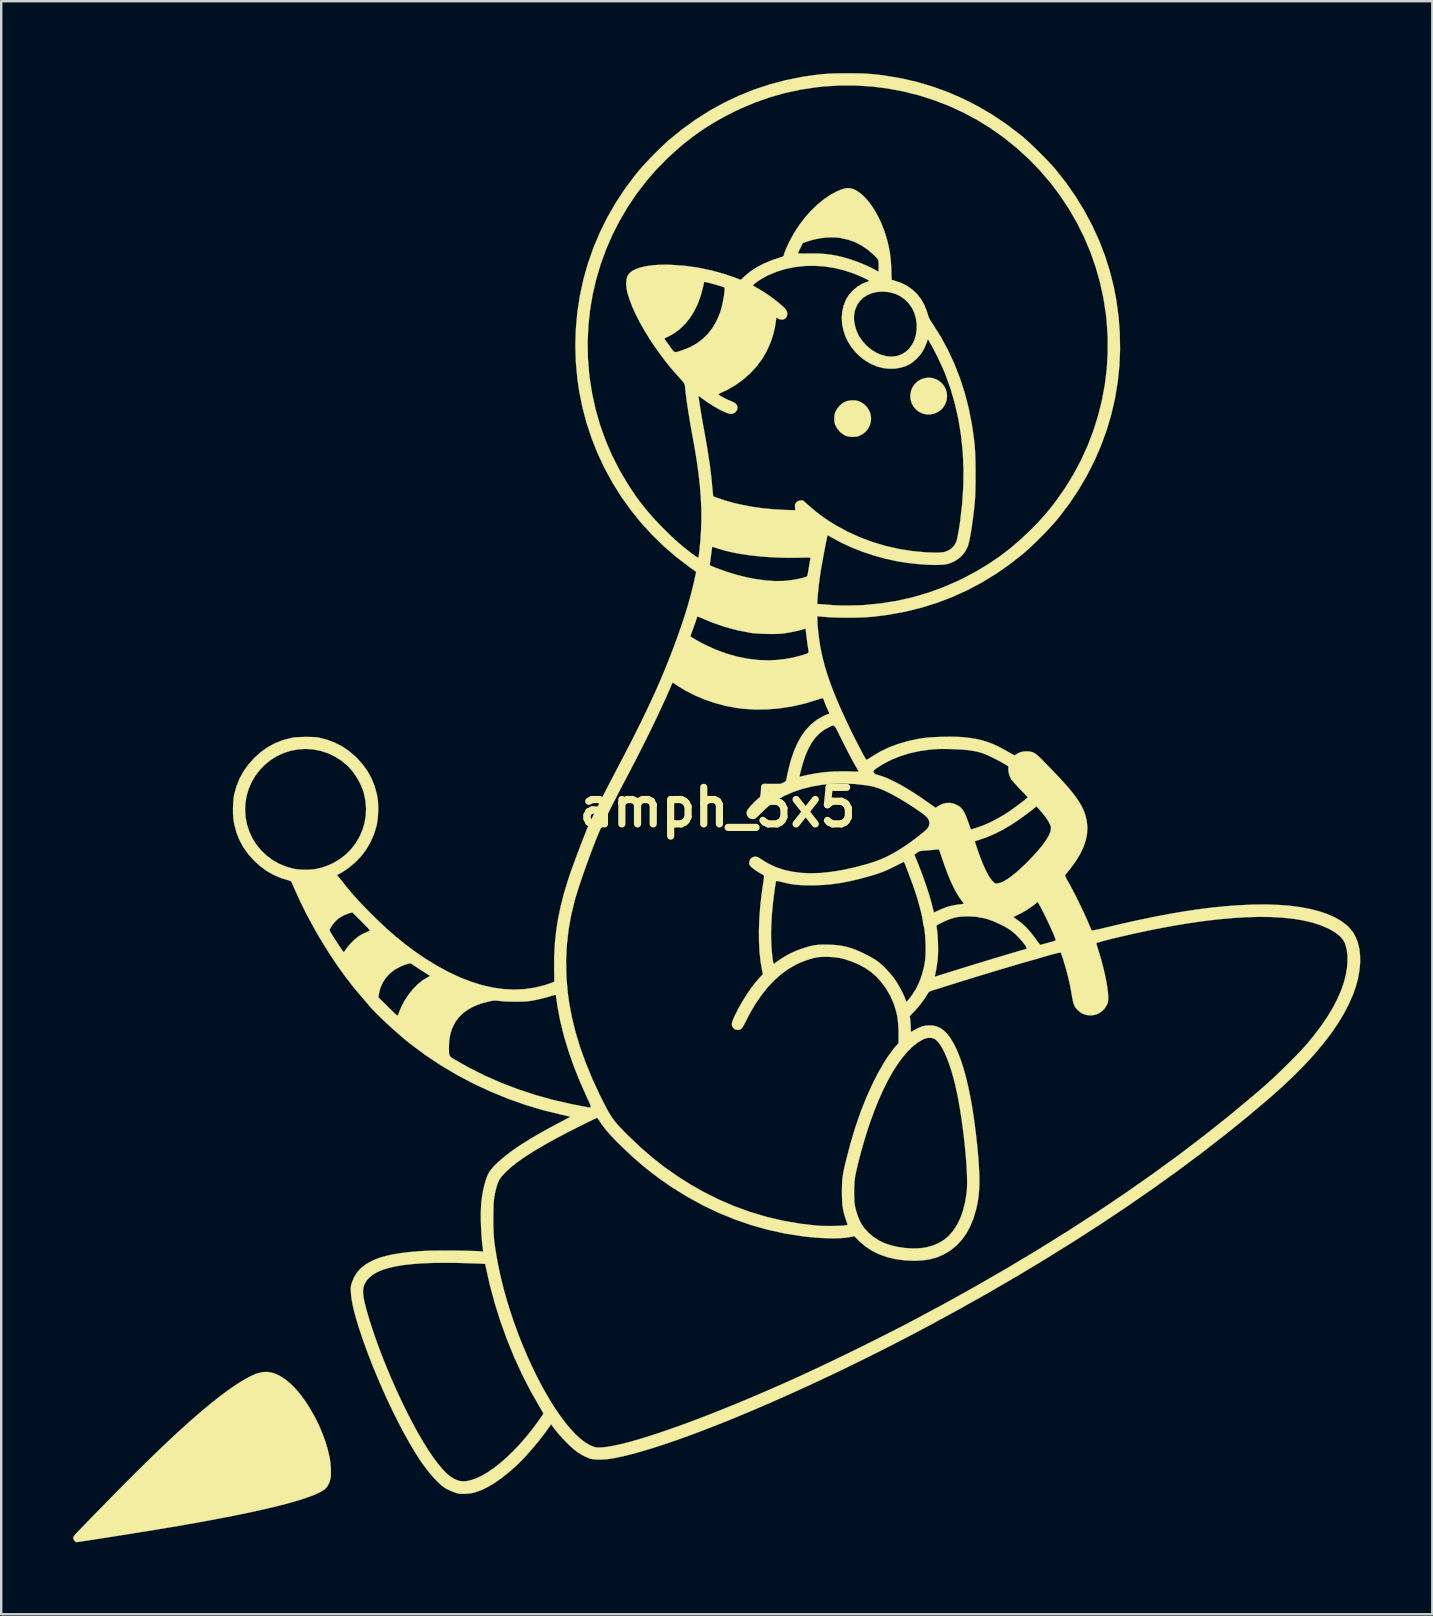
<source format=kicad_pcb>
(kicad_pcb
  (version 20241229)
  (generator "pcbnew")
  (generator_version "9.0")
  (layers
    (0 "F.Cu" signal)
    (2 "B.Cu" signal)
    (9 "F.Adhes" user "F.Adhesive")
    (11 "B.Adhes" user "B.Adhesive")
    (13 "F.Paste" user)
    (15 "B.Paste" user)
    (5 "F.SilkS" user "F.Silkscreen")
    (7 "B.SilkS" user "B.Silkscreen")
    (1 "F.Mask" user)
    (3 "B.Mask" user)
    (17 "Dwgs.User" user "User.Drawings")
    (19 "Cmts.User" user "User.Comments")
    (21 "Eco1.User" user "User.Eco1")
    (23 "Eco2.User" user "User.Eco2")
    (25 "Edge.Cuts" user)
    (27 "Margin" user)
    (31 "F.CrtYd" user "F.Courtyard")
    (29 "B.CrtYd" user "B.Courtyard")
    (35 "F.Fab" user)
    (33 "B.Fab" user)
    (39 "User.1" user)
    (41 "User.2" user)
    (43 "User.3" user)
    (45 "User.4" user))
  (footprint "amph_5x5"
    (layer "F.Cu")
    (at 26.844 30.579)
    (property "Reference" "amph_5x5" (at 0 0 0) (layer "F.SilkS") (effects (font (size 1.524 1.524) (thickness 0.3))))
    (attr through_hole)
    (fp_poly (pts (xy 8.951 -17.88) (xy 9.115 -17.823) (xy 9.151 -17.805) (xy 9.295 -17.706) (xy 9.408 -17.582) (xy 9.489 -17.44) (xy 9.538 -17.286) (xy 9.554 -17.125) (xy 9.536 -16.963) (xy 9.483 -16.806) (xy 9.394 -16.661) (xy 9.33 -16.588) (xy 9.193 -16.48) (xy 9.037 -16.407) (xy 8.869 -16.369) (xy 8.696 -16.369) (xy 8.546 -16.402) (xy 8.387 -16.475) (xy 8.255 -16.578) (xy 8.15 -16.705) (xy 8.075 -16.85) (xy 8.033 -17.009) (xy 8.025 -17.175) (xy 8.054 -17.343) (xy 8.104 -17.471) (xy 8.199 -17.619) (xy 8.32 -17.737) (xy 8.462 -17.825) (xy 8.618 -17.879) (xy 8.783 -17.898) (xy 8.951 -17.88)) (stroke (width 0.01) (type solid)) (fill yes) (layer "F.SilkS"))
    (fp_poly (pts (xy 5.82 -16.934) (xy 5.969 -16.877) (xy 6.105 -16.785) (xy 6.221 -16.665) (xy 6.312 -16.523) (xy 6.358 -16.406) (xy 6.388 -16.235) (xy 6.378 -16.067) (xy 6.333 -15.907) (xy 6.254 -15.76) (xy 6.144 -15.632) (xy 6.008 -15.529) (xy 5.866 -15.463) (xy 5.757 -15.439) (xy 5.628 -15.432) (xy 5.494 -15.44) (xy 5.375 -15.464) (xy 5.339 -15.475) (xy 5.216 -15.542) (xy 5.097 -15.64) (xy 4.994 -15.76) (xy 4.928 -15.869) (xy 4.893 -15.945) (xy 4.872 -16.007) (xy 4.863 -16.074) (xy 4.86 -16.161) (xy 4.86 -16.191) (xy 4.862 -16.292) (xy 4.872 -16.369) (xy 4.891 -16.436) (xy 4.915 -16.493) (xy 4.993 -16.624) (xy 5.096 -16.744) (xy 5.213 -16.841) (xy 5.285 -16.883) (xy 5.411 -16.927) (xy 5.557 -16.95) (xy 5.706 -16.951) (xy 5.82 -16.934)) (stroke (width 0.01) (type solid)) (fill yes) (layer "F.SilkS"))
    (fp_poly (pts (xy -18.563 23.548) (xy -18.364 23.617) (xy -18.16 23.727) (xy -17.978 23.852) (xy -17.767 24.031) (xy -17.556 24.248) (xy -17.35 24.497) (xy -17.15 24.774) (xy -16.96 25.074) (xy -16.782 25.391) (xy -16.618 25.721) (xy -16.473 26.059) (xy -16.347 26.4) (xy -16.244 26.739) (xy -16.167 27.071) (xy -16.15 27.164) (xy -16.127 27.338) (xy -16.113 27.518) (xy -16.109 27.693) (xy -16.115 27.849) (xy -16.129 27.964) (xy -16.172 28.115) (xy -16.238 28.251) (xy -16.323 28.363) (xy -16.382 28.415) (xy -16.518 28.501) (xy -16.696 28.59) (xy -16.917 28.681) (xy -17.179 28.775) (xy -17.484 28.872) (xy -17.831 28.972) (xy -18.22 29.075) (xy -18.652 29.18) (xy -19.126 29.289) (xy -19.642 29.4) (xy -20.2 29.514) (xy -20.8 29.63) (xy -21.443 29.75) (xy -22.128 29.872) (xy -22.855 29.997) (xy -23.333 30.077) (xy -23.493 30.104) (xy -23.677 30.134) (xy -23.88 30.166) (xy -24.098 30.201) (xy -24.328 30.238) (xy -24.566 30.276) (xy -24.809 30.314) (xy -25.052 30.353) (xy -25.292 30.391) (xy -25.525 30.427) (xy -25.748 30.462) (xy -25.956 30.494) (xy -26.147 30.524) (xy -26.316 30.55) (xy -26.459 30.572) (xy -26.574 30.589) (xy -26.655 30.6) (xy -26.701 30.606) (xy -26.708 30.607) (xy -26.74 30.593) (xy -26.783 30.559) (xy -26.787 30.555) (xy -26.832 30.484) (xy -26.839 30.435) (xy -26.835 30.401) (xy -26.818 30.364) (xy -26.785 30.317) (xy -26.73 30.254) (xy -26.654 30.174) (xy -26.179 29.684) (xy -25.731 29.223) (xy -25.308 28.791) (xy -24.908 28.385) (xy -24.53 28.004) (xy -24.172 27.647) (xy -23.832 27.312) (xy -23.509 26.996) (xy -23.201 26.7) (xy -22.906 26.42) (xy -22.623 26.155) (xy -22.35 25.905) (xy -22.085 25.666) (xy -21.828 25.439) (xy -21.575 25.22) (xy -21.399 25.07) (xy -21.072 24.799) (xy -20.758 24.551) (xy -20.459 24.327) (xy -20.176 24.127) (xy -19.912 23.954) (xy -19.668 23.808) (xy -19.447 23.691) (xy -19.25 23.604) (xy -19.15 23.569) (xy -18.953 23.524) (xy -18.758 23.517) (xy -18.563 23.548)) (stroke (width 0.01) (type solid)) (fill yes) (layer "F.SilkS"))
    (fp_poly (pts (xy 5.663 -30.574) (xy 5.875 -30.571) (xy 6.062 -30.566) (xy 6.234 -30.557) (xy 6.4 -30.545) (xy 6.569 -30.529) (xy 6.75 -30.508) (xy 6.951 -30.482) (xy 6.985 -30.477) (xy 7.66 -30.363) (xy 8.325 -30.209) (xy 8.978 -30.014) (xy 9.618 -29.78) (xy 10.244 -29.506) (xy 10.855 -29.194) (xy 11.45 -28.843) (xy 12.028 -28.454) (xy 12.587 -28.028) (xy 12.722 -27.918) (xy 12.841 -27.815) (xy 12.981 -27.688) (xy 13.136 -27.541) (xy 13.3 -27.382) (xy 13.467 -27.216) (xy 13.63 -27.05) (xy 13.784 -26.89) (xy 13.922 -26.742) (xy 14.038 -26.613) (xy 14.088 -26.554) (xy 14.523 -25.999) (xy 14.921 -25.425) (xy 15.282 -24.835) (xy 15.604 -24.228) (xy 15.888 -23.607) (xy 16.133 -22.972) (xy 16.337 -22.325) (xy 16.502 -21.666) (xy 16.603 -21.135) (xy 16.698 -20.439) (xy 16.75 -19.745) (xy 16.761 -19.056) (xy 16.731 -18.372) (xy 16.66 -17.695) (xy 16.548 -17.026) (xy 16.395 -16.365) (xy 16.203 -15.715) (xy 15.971 -15.077) (xy 15.7 -14.451) (xy 15.39 -13.84) (xy 15.042 -13.243) (xy 14.655 -12.663) (xy 14.23 -12.101) (xy 14.096 -11.937) (xy 13.992 -11.816) (xy 13.862 -11.674) (xy 13.712 -11.516) (xy 13.55 -11.349) (xy 13.382 -11.18) (xy 13.214 -11.015) (xy 13.051 -10.859) (xy 12.901 -10.72) (xy 12.77 -10.604) (xy 12.722 -10.563) (xy 12.163 -10.124) (xy 11.59 -9.725) (xy 11.002 -9.366) (xy 10.399 -9.046) (xy 9.779 -8.765) (xy 9.143 -8.522) (xy 8.489 -8.318) (xy 7.818 -8.153) (xy 7.128 -8.025) (xy 6.54 -7.948) (xy 6.31 -7.928) (xy 6.05 -7.913) (xy 5.769 -7.904) (xy 5.477 -7.9) (xy 5.183 -7.902) (xy 4.896 -7.909) (xy 4.628 -7.921) (xy 4.386 -7.939) (xy 4.26 -7.952) (xy 4.149 -7.964) (xy 4.149 -7.838) (xy 4.152 -7.732) (xy 4.161 -7.593) (xy 4.176 -7.433) (xy 4.194 -7.259) (xy 4.215 -7.084) (xy 4.238 -6.914) (xy 4.262 -6.762) (xy 4.264 -6.75) (xy 4.322 -6.447) (xy 4.392 -6.143) (xy 4.475 -5.833) (xy 4.573 -5.516) (xy 4.686 -5.186) (xy 4.817 -4.839) (xy 4.966 -4.473) (xy 5.135 -4.083) (xy 5.326 -3.666) (xy 5.533 -3.229) (xy 5.587 -3.119) (xy 5.652 -2.99) (xy 5.723 -2.849) (xy 5.799 -2.701) (xy 5.876 -2.553) (xy 5.95 -2.41) (xy 6.02 -2.278) (xy 6.082 -2.164) (xy 6.132 -2.072) (xy 6.167 -2.01) (xy 6.178 -1.992) (xy 6.193 -1.984) (xy 6.223 -1.991) (xy 6.271 -2.016) (xy 6.344 -2.061) (xy 6.427 -2.116) (xy 6.763 -2.318) (xy 7.124 -2.492) (xy 7.513 -2.639) (xy 7.932 -2.76) (xy 8.382 -2.856) (xy 8.541 -2.882) (xy 8.678 -2.899) (xy 8.848 -2.914) (xy 9.043 -2.925) (xy 9.253 -2.934) (xy 9.469 -2.939) (xy 9.683 -2.941) (xy 9.884 -2.939) (xy 10.065 -2.933) (xy 10.216 -2.922) (xy 10.219 -2.922) (xy 10.502 -2.891) (xy 10.756 -2.85) (xy 10.992 -2.797) (xy 11.218 -2.73) (xy 11.443 -2.645) (xy 11.675 -2.539) (xy 11.924 -2.409) (xy 12.102 -2.309) (xy 12.361 -2.16) (xy 12.462 -2.223) (xy 12.571 -2.282) (xy 12.681 -2.316) (xy 12.81 -2.33) (xy 12.868 -2.331) (xy 12.972 -2.327) (xy 13.062 -2.312) (xy 13.145 -2.284) (xy 13.227 -2.237) (xy 13.316 -2.169) (xy 13.419 -2.076) (xy 13.526 -1.97) (xy 13.797 -1.693) (xy 14.038 -1.442) (xy 14.252 -1.215) (xy 14.441 -1.009) (xy 14.606 -0.821) (xy 14.749 -0.649) (xy 14.873 -0.491) (xy 14.979 -0.344) (xy 15.068 -0.206) (xy 15.145 -0.074) (xy 15.209 0.054) (xy 15.263 0.18) (xy 15.304 0.294) (xy 15.372 0.558) (xy 15.399 0.824) (xy 15.386 1.094) (xy 15.333 1.368) (xy 15.239 1.648) (xy 15.104 1.933) (xy 14.928 2.225) (xy 14.711 2.525) (xy 14.66 2.589) (xy 14.594 2.671) (xy 14.536 2.742) (xy 14.494 2.795) (xy 14.471 2.823) (xy 14.47 2.824) (xy 14.474 2.852) (xy 14.499 2.913) (xy 14.544 3.003) (xy 14.609 3.12) (xy 14.627 3.153) (xy 14.707 3.298) (xy 14.8 3.472) (xy 14.901 3.668) (xy 15.005 3.877) (xy 15.11 4.091) (xy 15.21 4.301) (xy 15.302 4.498) (xy 15.381 4.675) (xy 15.441 4.815) (xy 15.485 4.92) (xy 15.523 5.011) (xy 15.555 5.081) (xy 15.575 5.122) (xy 15.579 5.13) (xy 15.604 5.13) (xy 15.663 5.121) (xy 15.752 5.104) (xy 15.864 5.08) (xy 15.993 5.051) (xy 16.08 5.03) (xy 16.813 4.855) (xy 17.512 4.699) (xy 18.178 4.561) (xy 18.815 4.44) (xy 19.425 4.336) (xy 20.011 4.248) (xy 20.575 4.177) (xy 21.121 4.122) (xy 21.652 4.082) (xy 22.169 4.056) (xy 22.394 4.05) (xy 22.911 4.048) (xy 23.4 4.066) (xy 23.86 4.103) (xy 24.29 4.16) (xy 24.689 4.236) (xy 25.057 4.331) (xy 25.39 4.444) (xy 25.689 4.575) (xy 25.953 4.725) (xy 26.18 4.892) (xy 26.303 5.006) (xy 26.452 5.187) (xy 26.572 5.397) (xy 26.664 5.632) (xy 26.726 5.89) (xy 26.758 6.168) (xy 26.761 6.464) (xy 26.735 6.775) (xy 26.678 7.097) (xy 26.592 7.429) (xy 26.475 7.768) (xy 26.456 7.816) (xy 26.279 8.217) (xy 26.065 8.624) (xy 25.813 9.036) (xy 25.524 9.454) (xy 25.196 9.878) (xy 24.83 10.31) (xy 24.424 10.75) (xy 23.979 11.199) (xy 23.494 11.656) (xy 22.998 12.097) (xy 22.109 12.85) (xy 21.179 13.603) (xy 20.21 14.356) (xy 19.204 15.108) (xy 18.162 15.856) (xy 17.086 16.602) (xy 15.978 17.342) (xy 14.838 18.077) (xy 13.67 18.804) (xy 12.473 19.524) (xy 11.251 20.235) (xy 10.004 20.935) (xy 8.735 21.624) (xy 8.55 21.723) (xy 7.858 22.086) (xy 7.165 22.444) (xy 6.471 22.794) (xy 5.78 23.136) (xy 5.092 23.47) (xy 4.409 23.794) (xy 3.734 24.109) (xy 3.067 24.412) (xy 2.411 24.704) (xy 1.768 24.984) (xy 1.14 25.251) (xy 0.527 25.504) (xy -0.068 25.742) (xy -0.643 25.965) (xy -1.196 26.172) (xy -1.727 26.362) (xy -2.232 26.535) (xy -2.71 26.69) (xy -3.16 26.825) (xy -3.579 26.941) (xy -3.966 27.036) (xy -4.319 27.11) (xy -4.371 27.119) (xy -4.539 27.144) (xy -4.714 27.16) (xy -4.885 27.167) (xy -5.045 27.166) (xy -5.183 27.155) (xy -5.292 27.135) (xy -5.313 27.129) (xy -5.476 27.064) (xy -5.65 26.976) (xy -5.817 26.874) (xy -5.859 26.845) (xy -5.984 26.747) (xy -6.126 26.621) (xy -6.278 26.474) (xy -6.433 26.313) (xy -6.585 26.146) (xy -6.726 25.979) (xy -6.85 25.819) (xy -6.873 25.787) (xy -6.937 25.698) (xy -7.082 25.903) (xy -7.237 26.115) (xy -7.411 26.338) (xy -7.598 26.567) (xy -7.791 26.793) (xy -7.983 27.008) (xy -8.167 27.204) (xy -8.337 27.374) (xy -8.373 27.408) (xy -8.687 27.688) (xy -8.993 27.932) (xy -9.289 28.14) (xy -9.575 28.309) (xy -9.85 28.441) (xy -10.112 28.534) (xy -10.192 28.555) (xy -10.291 28.573) (xy -10.41 28.586) (xy -10.536 28.593) (xy -10.656 28.595) (xy -10.757 28.589) (xy -10.806 28.582) (xy -10.914 28.551) (xy -11.041 28.504) (xy -11.172 28.448) (xy -11.291 28.39) (xy -11.377 28.339) (xy -11.513 28.236) (xy -11.663 28.098) (xy -11.822 27.931) (xy -11.988 27.74) (xy -12.155 27.528) (xy -12.321 27.3) (xy -12.397 27.189) (xy -12.613 26.852) (xy -12.835 26.478) (xy -13.062 26.072) (xy -13.29 25.64) (xy -13.518 25.184) (xy -13.743 24.712) (xy -13.964 24.226) (xy -14.177 23.732) (xy -14.381 23.234) (xy -14.573 22.738) (xy -14.752 22.248) (xy -14.826 22.035) (xy -14.95 21.659) (xy -15.054 21.318) (xy -15.138 21.012) (xy -15.202 20.739) (xy -15.246 20.498) (xy -15.271 20.287) (xy -15.277 20.204) (xy -15.279 20.127) (xy -14.772 20.127) (xy -14.77 20.247) (xy -14.754 20.388) (xy -14.723 20.553) (xy -14.677 20.747) (xy -14.627 20.937) (xy -14.5 21.373) (xy -14.352 21.831) (xy -14.186 22.306) (xy -14.005 22.791) (xy -13.809 23.282) (xy -13.603 23.774) (xy -13.388 24.261) (xy -13.166 24.738) (xy -12.94 25.201) (xy -12.712 25.643) (xy -12.485 26.06) (xy -12.26 26.446) (xy -12.04 26.797) (xy -12.012 26.839) (xy -11.815 27.125) (xy -11.629 27.371) (xy -11.454 27.577) (xy -11.29 27.745) (xy -11.134 27.874) (xy -10.988 27.967) (xy -10.974 27.974) (xy -10.839 28.032) (xy -10.713 28.065) (xy -10.585 28.075) (xy -10.443 28.061) (xy -10.276 28.024) (xy -10.267 28.022) (xy -10.051 27.948) (xy -9.82 27.839) (xy -9.576 27.696) (xy -9.322 27.521) (xy -9.061 27.316) (xy -8.795 27.084) (xy -8.528 26.828) (xy -8.261 26.548) (xy -7.998 26.248) (xy -7.807 26.014) (xy -7.736 25.922) (xy -7.658 25.819) (xy -7.578 25.71) (xy -7.498 25.601) (xy -7.424 25.498) (xy -7.359 25.405) (xy -7.307 25.329) (xy -7.273 25.276) (xy -7.26 25.251) (xy -7.26 25.25) (xy -7.271 25.227) (xy -7.299 25.173) (xy -7.343 25.096) (xy -7.398 25.002) (xy -7.448 24.919) (xy -7.815 24.271) (xy -8.161 23.591) (xy -8.483 22.885) (xy -8.778 22.159) (xy -9.046 21.417) (xy -9.282 20.665) (xy -9.486 19.909) (xy -9.626 19.293) (xy -9.684 19.018) (xy -9.896 19.005) (xy -9.966 19.001) (xy -10.072 18.997) (xy -10.208 18.993) (xy -10.367 18.988) (xy -10.543 18.984) (xy -10.73 18.979) (xy -10.911 18.975) (xy -11.427 18.971) (xy -11.902 18.977) (xy -12.338 18.995) (xy -12.735 19.025) (xy -13.094 19.066) (xy -13.417 19.12) (xy -13.703 19.185) (xy -13.954 19.263) (xy -14.17 19.354) (xy -14.352 19.457) (xy -14.501 19.574) (xy -14.617 19.703) (xy -14.694 19.829) (xy -14.734 19.923) (xy -14.76 20.02) (xy -14.772 20.127) (xy -15.279 20.127) (xy -15.281 20.092) (xy -15.28 20.009) (xy -15.275 19.943) (xy -15.262 19.882) (xy -15.241 19.812) (xy -15.23 19.78) (xy -15.14 19.564) (xy -15.022 19.375) (xy -14.873 19.208) (xy -14.687 19.058) (xy -14.65 19.033) (xy -14.472 18.927) (xy -14.27 18.833) (xy -14.044 18.75) (xy -13.79 18.679) (xy -13.507 18.617) (xy -13.19 18.566) (xy -12.839 18.524) (xy -12.45 18.491) (xy -12.213 18.476) (xy -12.097 18.471) (xy -11.948 18.467) (xy -11.772 18.465) (xy -11.577 18.463) (xy -11.367 18.462) (xy -11.15 18.463) (xy -10.931 18.464) (xy -10.716 18.467) (xy -10.512 18.47) (xy -10.325 18.474) (xy -10.161 18.479) (xy -10.026 18.484) (xy -9.926 18.491) (xy -9.915 18.492) (xy -9.766 18.505) (xy -9.793 18.296) (xy -9.819 18.05) (xy -9.84 17.785) (xy -9.855 17.51) (xy -9.864 17.235) (xy -9.864 17.124) (xy -9.345 17.124) (xy -9.344 17.352) (xy -9.341 17.547) (xy -9.334 17.72) (xy -9.324 17.882) (xy -9.309 18.041) (xy -9.289 18.209) (xy -9.262 18.395) (xy -9.227 18.609) (xy -9.216 18.68) (xy -9.133 19.13) (xy -9.033 19.586) (xy -8.919 20.046) (xy -8.79 20.507) (xy -8.649 20.967) (xy -8.496 21.424) (xy -8.332 21.876) (xy -8.158 22.32) (xy -7.976 22.755) (xy -7.787 23.178) (xy -7.591 23.588) (xy -7.39 23.981) (xy -7.184 24.357) (xy -6.976 24.712) (xy -6.766 25.045) (xy -6.554 25.353) (xy -6.343 25.634) (xy -6.134 25.887) (xy -5.926 26.109) (xy -5.723 26.298) (xy -5.524 26.451) (xy -5.33 26.567) (xy -5.154 26.64) (xy -5.048 26.662) (xy -4.913 26.667) (xy -4.745 26.656) (xy -4.596 26.637) (xy -4.337 26.592) (xy -4.042 26.528) (xy -3.714 26.445) (xy -3.355 26.345) (xy -2.965 26.227) (xy -2.548 26.093) (xy -2.106 25.943) (xy -1.639 25.779) (xy -1.15 25.6) (xy -0.642 25.407) (xy -0.115 25.202) (xy 0.428 24.984) (xy 0.985 24.756) (xy 1.554 24.516) (xy 2.134 24.266) (xy 2.723 24.008) (xy 3.318 23.74) (xy 3.585 23.618) (xy 4.014 23.419) (xy 4.472 23.204) (xy 4.95 22.974) (xy 5.443 22.736) (xy 5.94 22.492) (xy 6.435 22.247) (xy 6.92 22.003) (xy 7.387 21.766) (xy 7.827 21.539) (xy 8.037 21.429) (xy 9.401 20.7) (xy 10.736 19.958) (xy 12.043 19.204) (xy 13.318 18.44) (xy 14.563 17.666) (xy 15.774 16.883) (xy 16.951 16.091) (xy 18.092 15.292) (xy 19.197 14.487) (xy 20.264 13.675) (xy 21.291 12.859) (xy 22.279 12.038) (xy 22.786 11.601) (xy 22.931 11.472) (xy 23.093 11.323) (xy 23.268 11.158) (xy 23.451 10.982) (xy 23.637 10.8) (xy 23.822 10.617) (xy 24 10.438) (xy 24.167 10.267) (xy 24.319 10.108) (xy 24.449 9.967) (xy 24.554 9.849) (xy 24.577 9.821) (xy 24.887 9.44) (xy 25.16 9.074) (xy 25.4 8.72) (xy 25.608 8.375) (xy 25.787 8.035) (xy 25.939 7.697) (xy 25.983 7.588) (xy 26.086 7.288) (xy 26.162 6.99) (xy 26.213 6.7) (xy 26.236 6.421) (xy 26.233 6.159) (xy 26.202 5.917) (xy 26.143 5.701) (xy 26.117 5.636) (xy 26.036 5.496) (xy 25.913 5.361) (xy 25.749 5.231) (xy 25.543 5.104) (xy 25.411 5.036) (xy 25.104 4.906) (xy 24.761 4.797) (xy 24.382 4.708) (xy 23.969 4.64) (xy 23.521 4.593) (xy 23.04 4.567) (xy 22.526 4.562) (xy 21.98 4.577) (xy 21.403 4.614) (xy 20.795 4.671) (xy 20.156 4.748) (xy 19.489 4.847) (xy 18.792 4.966) (xy 18.068 5.105) (xy 17.378 5.252) (xy 17.143 5.305) (xy 16.916 5.357) (xy 16.699 5.408) (xy 16.496 5.456) (xy 16.311 5.502) (xy 16.147 5.544) (xy 16.008 5.581) (xy 15.898 5.612) (xy 15.82 5.636) (xy 15.777 5.653) (xy 15.77 5.659) (xy 15.776 5.687) (xy 15.793 5.747) (xy 15.819 5.832) (xy 15.851 5.934) (xy 15.865 5.98) (xy 15.942 6.231) (xy 16.014 6.489) (xy 16.079 6.748) (xy 16.137 7) (xy 16.186 7.241) (xy 16.224 7.463) (xy 16.25 7.66) (xy 16.264 7.827) (xy 16.265 7.885) (xy 16.265 7.99) (xy 16.261 8.066) (xy 16.252 8.123) (xy 16.236 8.174) (xy 16.211 8.231) (xy 16.205 8.242) (xy 16.112 8.388) (xy 15.995 8.504) (xy 15.86 8.589) (xy 15.712 8.643) (xy 15.557 8.665) (xy 15.401 8.656) (xy 15.249 8.614) (xy 15.107 8.541) (xy 14.981 8.434) (xy 14.888 8.314) (xy 14.857 8.256) (xy 14.829 8.182) (xy 14.802 8.086) (xy 14.776 7.964) (xy 14.748 7.808) (xy 14.731 7.705) (xy 14.71 7.583) (xy 14.681 7.435) (xy 14.647 7.276) (xy 14.611 7.121) (xy 14.592 7.042) (xy 14.557 6.91) (xy 14.519 6.768) (xy 14.478 6.624) (xy 14.436 6.483) (xy 14.397 6.352) (xy 14.36 6.237) (xy 14.328 6.143) (xy 14.304 6.078) (xy 14.289 6.048) (xy 14.289 6.047) (xy 14.264 6.048) (xy 14.206 6.059) (xy 14.12 6.078) (xy 14.013 6.105) (xy 13.89 6.137) (xy 13.76 6.173) (xy 13.627 6.211) (xy 13.499 6.249) (xy 13.451 6.264) (xy 13.388 6.283) (xy 13.294 6.311) (xy 13.178 6.344) (xy 13.052 6.379) (xy 12.965 6.404) (xy 12.822 6.444) (xy 12.644 6.495) (xy 12.436 6.556) (xy 12.203 6.625) (xy 11.952 6.7) (xy 11.685 6.779) (xy 11.41 6.862) (xy 11.131 6.947) (xy 10.854 7.031) (xy 10.584 7.114) (xy 10.325 7.194) (xy 10.084 7.269) (xy 9.874 7.335) (xy 9.694 7.392) (xy 9.52 7.446) (xy 9.359 7.497) (xy 9.215 7.542) (xy 9.095 7.58) (xy 9.004 7.608) (xy 8.948 7.626) (xy 8.945 7.627) (xy 8.861 7.655) (xy 8.808 7.683) (xy 8.775 7.717) (xy 8.765 7.733) (xy 8.675 7.882) (xy 8.563 8.047) (xy 8.438 8.213) (xy 8.309 8.369) (xy 8.221 8.465) (xy 8.003 8.693) (xy 8.023 8.881) (xy 8.032 8.989) (xy 8.039 9.102) (xy 8.043 9.199) (xy 8.043 9.213) (xy 8.044 9.284) (xy 8.047 9.336) (xy 8.051 9.356) (xy 8.052 9.356) (xy 8.072 9.346) (xy 8.12 9.319) (xy 8.186 9.282) (xy 8.205 9.271) (xy 8.361 9.187) (xy 8.502 9.131) (xy 8.641 9.098) (xy 8.752 9.086) (xy 8.942 9.088) (xy 9.113 9.122) (xy 9.271 9.19) (xy 9.418 9.294) (xy 9.559 9.435) (xy 9.696 9.616) (xy 9.709 9.636) (xy 9.846 9.867) (xy 9.977 10.14) (xy 10.101 10.452) (xy 10.219 10.803) (xy 10.329 11.191) (xy 10.432 11.617) (xy 10.527 12.078) (xy 10.614 12.574) (xy 10.693 13.104) (xy 10.764 13.667) (xy 10.805 14.044) (xy 10.842 14.433) (xy 10.87 14.784) (xy 10.889 15.102) (xy 10.899 15.391) (xy 10.9 15.655) (xy 10.892 15.898) (xy 10.874 16.125) (xy 10.847 16.34) (xy 10.811 16.546) (xy 10.765 16.748) (xy 10.764 16.753) (xy 10.656 17.115) (xy 10.523 17.443) (xy 10.365 17.738) (xy 10.18 18) (xy 9.97 18.23) (xy 9.733 18.428) (xy 9.634 18.495) (xy 9.395 18.633) (xy 9.146 18.739) (xy 8.881 18.816) (xy 8.595 18.863) (xy 8.282 18.884) (xy 8.17 18.885) (xy 7.777 18.868) (xy 7.404 18.817) (xy 7.055 18.734) (xy 6.73 18.618) (xy 6.43 18.471) (xy 6.158 18.293) (xy 5.913 18.084) (xy 5.87 18.041) (xy 5.696 17.863) (xy 5.472 17.906) (xy 5.302 17.93) (xy 5.098 17.945) (xy 4.863 17.952) (xy 4.603 17.949) (xy 4.325 17.938) (xy 4.034 17.918) (xy 3.735 17.89) (xy 3.514 17.863) (xy 2.801 17.751) (xy 2.096 17.596) (xy 1.401 17.401) (xy 0.716 17.166) (xy 0.042 16.89) (xy -0.619 16.575) (xy -1.267 16.22) (xy -1.901 15.826) (xy -2.04 15.733) (xy -2.435 15.457) (xy -2.81 15.174) (xy -3.174 14.878) (xy -3.537 14.562) (xy -3.905 14.217) (xy -4.071 14.056) (xy -4.275 13.852) (xy -4.449 13.668) (xy -4.597 13.501) (xy -4.725 13.343) (xy -4.836 13.192) (xy -4.9 13.097) (xy -4.948 13.025) (xy -4.99 12.969) (xy -5.018 12.938) (xy -5.026 12.933) (xy -5.048 12.942) (xy -5.105 12.968) (xy -5.191 13.009) (xy -5.301 13.063) (xy -5.433 13.127) (xy -5.581 13.2) (xy -5.742 13.279) (xy -5.767 13.292) (xy -6.259 13.541) (xy -6.712 13.78) (xy -7.125 14.008) (xy -7.499 14.225) (xy -7.835 14.432) (xy -8.133 14.63) (xy -8.394 14.818) (xy -8.619 14.998) (xy -8.808 15.169) (xy -8.861 15.222) (xy -8.97 15.34) (xy -9.053 15.445) (xy -9.116 15.549) (xy -9.165 15.664) (xy -9.209 15.802) (xy -9.218 15.835) (xy -9.252 15.971) (xy -9.281 16.096) (xy -9.302 16.217) (xy -9.319 16.34) (xy -9.331 16.474) (xy -9.338 16.626) (xy -9.343 16.801) (xy -9.345 17.009) (xy -9.345 17.124) (xy -9.864 17.124) (xy -9.866 16.969) (xy -9.861 16.722) (xy -9.849 16.503) (xy -9.842 16.422) (xy -9.812 16.189) (xy -9.771 15.96) (xy -9.721 15.741) (xy -9.664 15.541) (xy -9.601 15.367) (xy -9.535 15.226) (xy -9.523 15.204) (xy -9.44 15.087) (xy -9.324 14.954) (xy -9.178 14.808) (xy -9.005 14.654) (xy -8.81 14.494) (xy -8.597 14.331) (xy -8.369 14.17) (xy -8.254 14.093) (xy -7.992 13.926) (xy -7.7 13.749) (xy -7.386 13.566) (xy -7.059 13.383) (xy -6.729 13.205) (xy -6.45 13.06) (xy -6.347 13.006) (xy -6.257 12.959) (xy -6.189 12.922) (xy -6.148 12.898) (xy -6.139 12.89) (xy -6.158 12.883) (xy -6.212 12.868) (xy -6.294 12.848) (xy -6.396 12.824) (xy -6.472 12.808) (xy -7.234 12.623) (xy -7.988 12.399) (xy -8.731 12.137) (xy -9.46 11.839) (xy -10.172 11.507) (xy -10.864 11.142) (xy -11.533 10.745) (xy -12.176 10.317) (xy -12.605 9.998) (xy -11.195 9.998) (xy -11.193 10.13) (xy -11.19 10.228) (xy -11.18 10.299) (xy -11.159 10.353) (xy -11.125 10.395) (xy -11.073 10.436) (xy -10.999 10.482) (xy -10.943 10.515) (xy -10.321 10.865) (xy -9.67 11.189) (xy -8.992 11.485) (xy -8.293 11.751) (xy -7.578 11.986) (xy -6.85 12.188) (xy -6.114 12.356) (xy -6.043 12.37) (xy -5.898 12.399) (xy -5.757 12.426) (xy -5.624 12.452) (xy -5.509 12.474) (xy -5.416 12.492) (xy -5.354 12.504) (xy -5.334 12.507) (xy -5.309 12.499) (xy -5.293 12.49) (xy -5.285 12.477) (xy -5.287 12.45) (xy -5.301 12.405) (xy -5.328 12.337) (xy -5.37 12.241) (xy -5.43 12.113) (xy -5.435 12.103) (xy -5.731 11.438) (xy -5.992 10.786) (xy -6.216 10.147) (xy -6.403 9.523) (xy -6.554 8.915) (xy -6.667 8.324) (xy -6.701 8.096) (xy -6.715 7.996) (xy -6.727 7.91) (xy -6.737 7.848) (xy -6.742 7.818) (xy -6.742 7.818) (xy -6.766 7.812) (xy -6.827 7.824) (xy -6.925 7.853) (xy -6.961 7.865) (xy -7.146 7.92) (xy -7.357 7.974) (xy -7.576 8.022) (xy -7.788 8.061) (xy -7.832 8.068) (xy -7.944 8.08) (xy -8.088 8.089) (xy -8.255 8.093) (xy -8.434 8.095) (xy -8.616 8.092) (xy -8.791 8.086) (xy -8.949 8.077) (xy -9.05 8.067) (xy -9.162 8.055) (xy -9.244 8.049) (xy -9.313 8.049) (xy -9.38 8.056) (xy -9.46 8.071) (xy -9.524 8.084) (xy -9.846 8.169) (xy -10.133 8.279) (xy -10.387 8.414) (xy -10.606 8.573) (xy -10.791 8.757) (xy -10.941 8.965) (xy -11.057 9.197) (xy -11.138 9.452) (xy -11.184 9.732) (xy -11.195 9.998) (xy -12.605 9.998) (xy -12.79 9.86) (xy -12.88 9.789) (xy -13.048 9.652) (xy -13.228 9.499) (xy -13.414 9.335) (xy -13.603 9.166) (xy -13.789 8.994) (xy -13.968 8.825) (xy -14.134 8.663) (xy -14.284 8.513) (xy -14.413 8.378) (xy -14.515 8.264) (xy -14.55 8.221) (xy -14.601 8.16) (xy -14.669 8.079) (xy -14.746 7.99) (xy -14.804 7.925) (xy -14.811 7.916) (xy -14.132 7.916) (xy -13.746 8.297) (xy -13.641 8.4) (xy -13.545 8.493) (xy -13.463 8.571) (xy -13.399 8.631) (xy -13.357 8.668) (xy -13.341 8.678) (xy -13.324 8.66) (xy -13.301 8.613) (xy -13.283 8.567) (xy -13.173 8.298) (xy -13.035 8.039) (xy -12.872 7.795) (xy -12.691 7.571) (xy -12.495 7.372) (xy -12.289 7.205) (xy -12.076 7.075) (xy -12.067 7.07) (xy -11.974 7.023) (xy -12.046 6.979) (xy -12.086 6.954) (xy -12.155 6.909) (xy -12.245 6.851) (xy -12.35 6.783) (xy -12.456 6.714) (xy -12.794 6.493) (xy -12.897 6.517) (xy -13.035 6.558) (xy -13.189 6.621) (xy -13.342 6.698) (xy -13.475 6.777) (xy -13.666 6.93) (xy -13.828 7.109) (xy -13.958 7.312) (xy -14.054 7.531) (xy -14.111 7.764) (xy -14.115 7.79) (xy -14.132 7.916) (xy -14.811 7.916) (xy -15.153 7.511) (xy -15.502 7.061) (xy -15.848 6.58) (xy -16.185 6.074) (xy -16.512 5.549) (xy -16.762 5.118) (xy -16.163 5.118) (xy -16.151 5.155) (xy -16.121 5.21) (xy -16.096 5.252) (xy -16.045 5.336) (xy -15.983 5.435) (xy -15.914 5.541) (xy -15.843 5.65) (xy -15.774 5.756) (xy -15.709 5.852) (xy -15.653 5.933) (xy -15.61 5.994) (xy -15.584 6.027) (xy -15.578 6.032) (xy -15.56 6.016) (xy -15.526 5.973) (xy -15.484 5.913) (xy -15.483 5.911) (xy -15.396 5.794) (xy -15.285 5.668) (xy -15.161 5.544) (xy -15.036 5.435) (xy -14.96 5.376) (xy -14.837 5.299) (xy -14.693 5.227) (xy -14.519 5.156) (xy -14.494 5.146) (xy -14.489 5.136) (xy -14.499 5.113) (xy -14.528 5.075) (xy -14.579 5.018) (xy -14.654 4.939) (xy -14.755 4.836) (xy -14.837 4.753) (xy -15.217 4.374) (xy -15.347 4.41) (xy -15.568 4.493) (xy -15.773 4.616) (xy -15.807 4.641) (xy -15.89 4.715) (xy -15.979 4.812) (xy -16.062 4.918) (xy -16.127 5.017) (xy -16.145 5.051) (xy -16.16 5.087) (xy -16.163 5.118) (xy -16.762 5.118) (xy -16.824 5.01) (xy -17.118 4.464) (xy -17.39 3.916) (xy -17.637 3.371) (xy -17.674 3.286) (xy -17.714 3.191) (xy -17.744 3.128) (xy -17.769 3.089) (xy -17.794 3.067) (xy -17.825 3.054) (xy -17.852 3.047) (xy -18.192 2.943) (xy -18.504 2.81) (xy -18.793 2.644) (xy -19.065 2.443) (xy -19.306 2.224) (xy -19.547 1.957) (xy -19.749 1.675) (xy -19.913 1.377) (xy -20.04 1.06) (xy -20.132 0.72) (xy -20.165 0.541) (xy -20.179 0.408) (xy -20.188 0.249) (xy -20.189 0.085) (xy -19.685 0.085) (xy -19.665 0.406) (xy -19.605 0.717) (xy -19.509 1.013) (xy -19.378 1.292) (xy -19.214 1.552) (xy -19.02 1.789) (xy -18.798 2.002) (xy -18.551 2.188) (xy -18.28 2.344) (xy -17.987 2.466) (xy -17.676 2.554) (xy -17.591 2.571) (xy -17.446 2.589) (xy -17.275 2.599) (xy -17.095 2.6) (xy -16.921 2.591) (xy -16.771 2.574) (xy -16.758 2.572) (xy -16.472 2.506) (xy -16.198 2.407) (xy -15.998 2.313) (xy -15.724 2.149) (xy -15.478 1.954) (xy -15.261 1.734) (xy -15.074 1.49) (xy -14.919 1.226) (xy -14.797 0.946) (xy -14.71 0.653) (xy -14.659 0.35) (xy -14.646 0.041) (xy -14.671 -0.271) (xy -14.736 -0.583) (xy -14.767 -0.688) (xy -14.848 -0.897) (xy -14.956 -1.113) (xy -15.084 -1.324) (xy -15.224 -1.519) (xy -15.37 -1.686) (xy -15.412 -1.728) (xy -15.662 -1.937) (xy -15.934 -2.111) (xy -16.224 -2.25) (xy -16.529 -2.351) (xy -16.843 -2.413) (xy -17.163 -2.434) (xy -17.166 -2.434) (xy -17.486 -2.414) (xy -17.794 -2.355) (xy -18.088 -2.26) (xy -18.364 -2.131) (xy -18.621 -1.97) (xy -18.857 -1.781) (xy -19.068 -1.565) (xy -19.252 -1.325) (xy -19.407 -1.065) (xy -19.53 -0.785) (xy -19.619 -0.488) (xy -19.671 -0.178) (xy -19.685 0.085) (xy -20.189 0.085) (xy -20.189 0.073) (xy -20.184 -0.106) (xy -20.174 -0.277) (xy -20.158 -0.427) (xy -20.14 -0.529) (xy -20.044 -0.876) (xy -19.913 -1.2) (xy -19.746 -1.504) (xy -19.542 -1.79) (xy -19.304 -2.054) (xy -19.04 -2.293) (xy -18.762 -2.494) (xy -18.465 -2.658) (xy -18.147 -2.787) (xy -17.803 -2.883) (xy -17.759 -2.893) (xy -17.663 -2.908) (xy -17.535 -2.92) (xy -17.387 -2.928) (xy -17.227 -2.932) (xy -17.064 -2.933) (xy -16.909 -2.93) (xy -16.771 -2.923) (xy -16.659 -2.913) (xy -16.605 -2.904) (xy -16.256 -2.811) (xy -15.936 -2.689) (xy -15.639 -2.536) (xy -15.362 -2.349) (xy -15.1 -2.125) (xy -15.027 -2.054) (xy -14.783 -1.783) (xy -14.579 -1.496) (xy -14.412 -1.192) (xy -14.284 -0.869) (xy -14.193 -0.527) (xy -14.17 -0.405) (xy -14.15 -0.233) (xy -14.141 -0.036) (xy -14.142 0.174) (xy -14.153 0.382) (xy -14.174 0.577) (xy -14.204 0.746) (xy -14.21 0.774) (xy -14.319 1.125) (xy -14.464 1.455) (xy -14.644 1.761) (xy -14.858 2.044) (xy -15.104 2.3) (xy -15.382 2.528) (xy -15.507 2.615) (xy -15.595 2.671) (xy -15.682 2.724) (xy -15.754 2.764) (xy -15.776 2.776) (xy -15.832 2.806) (xy -15.853 2.827) (xy -15.845 2.844) (xy -15.844 2.845) (xy -15.822 2.869) (xy -15.778 2.92) (xy -15.719 2.992) (xy -15.647 3.079) (xy -15.588 3.154) (xy -15.437 3.341) (xy -15.298 3.509) (xy -15.162 3.667) (xy -15.024 3.822) (xy -14.875 3.982) (xy -14.708 4.156) (xy -14.542 4.325) (xy -14.15 4.713) (xy -13.771 5.068) (xy -13.398 5.393) (xy -13.027 5.694) (xy -12.653 5.975) (xy -12.269 6.241) (xy -12.192 6.292) (xy -11.701 6.595) (xy -11.216 6.859) (xy -10.738 7.082) (xy -10.268 7.265) (xy -9.805 7.408) (xy -9.351 7.51) (xy -8.905 7.571) (xy -8.468 7.592) (xy -8.04 7.572) (xy -7.621 7.512) (xy -7.213 7.41) (xy -6.943 7.318) (xy -6.805 7.266) (xy -6.812 6.697) (xy -6.81 6.4) (xy -6.315 6.4) (xy -6.302 7.05) (xy -6.247 7.703) (xy -6.191 8.119) (xy -6.076 8.734) (xy -5.923 9.358) (xy -5.731 9.993) (xy -5.499 10.638) (xy -5.229 11.295) (xy -4.919 11.965) (xy -4.846 12.113) (xy -4.736 12.331) (xy -4.639 12.517) (xy -4.552 12.677) (xy -4.469 12.817) (xy -4.385 12.943) (xy -4.297 13.063) (xy -4.2 13.181) (xy -4.09 13.304) (xy -3.962 13.439) (xy -3.811 13.592) (xy -3.739 13.664) (xy -3.234 14.145) (xy -2.724 14.588) (xy -2.203 14.996) (xy -1.667 15.373) (xy -1.109 15.724) (xy -0.619 16.002) (xy 0.025 16.326) (xy 0.68 16.61) (xy 1.349 16.853) (xy 2.03 17.057) (xy 2.725 17.219) (xy 3.432 17.342) (xy 4.154 17.425) (xy 4.18 17.427) (xy 4.264 17.432) (xy 4.375 17.435) (xy 4.505 17.437) (xy 4.647 17.438) (xy 4.792 17.437) (xy 4.933 17.435) (xy 5.062 17.432) (xy 5.171 17.428) (xy 5.253 17.423) (xy 5.296 17.418) (xy 5.359 17.404) (xy 5.402 17.393) (xy 5.413 17.39) (xy 5.408 17.37) (xy 5.392 17.318) (xy 5.367 17.244) (xy 5.345 17.183) (xy 5.291 17.021) (xy 5.249 16.869) (xy 5.218 16.717) (xy 5.196 16.557) (xy 5.183 16.38) (xy 5.177 16.176) (xy 5.177 16.057) (xy 5.684 16.057) (xy 5.687 16.236) (xy 5.695 16.402) (xy 5.709 16.543) (xy 5.722 16.623) (xy 5.768 16.814) (xy 5.831 17.007) (xy 5.904 17.189) (xy 5.982 17.345) (xy 5.993 17.364) (xy 6.127 17.552) (xy 6.295 17.731) (xy 6.489 17.893) (xy 6.701 18.033) (xy 6.925 18.144) (xy 6.966 18.16) (xy 7.229 18.247) (xy 7.512 18.312) (xy 7.804 18.354) (xy 8.096 18.374) (xy 8.377 18.369) (xy 8.637 18.338) (xy 8.686 18.329) (xy 8.964 18.254) (xy 9.216 18.146) (xy 9.442 18.005) (xy 9.619 17.854) (xy 9.804 17.644) (xy 9.966 17.4) (xy 10.103 17.121) (xy 10.215 16.81) (xy 10.303 16.466) (xy 10.365 16.091) (xy 10.373 16.023) (xy 10.386 15.855) (xy 10.391 15.65) (xy 10.388 15.412) (xy 10.378 15.147) (xy 10.361 14.857) (xy 10.337 14.548) (xy 10.308 14.224) (xy 10.273 13.89) (xy 10.234 13.55) (xy 10.189 13.209) (xy 10.141 12.87) (xy 10.088 12.538) (xy 10.032 12.219) (xy 9.978 11.938) (xy 9.905 11.602) (xy 9.825 11.284) (xy 9.739 10.985) (xy 9.649 10.709) (xy 9.555 10.458) (xy 9.459 10.234) (xy 9.361 10.04) (xy 9.263 9.88) (xy 9.166 9.755) (xy 9.071 9.668) (xy 9.024 9.639) (xy 8.904 9.602) (xy 8.769 9.601) (xy 8.627 9.635) (xy 8.549 9.668) (xy 8.335 9.794) (xy 8.122 9.961) (xy 7.911 10.168) (xy 7.701 10.415) (xy 7.493 10.699) (xy 7.289 11.019) (xy 7.089 11.376) (xy 6.894 11.767) (xy 6.704 12.191) (xy 6.52 12.647) (xy 6.344 13.134) (xy 6.317 13.212) (xy 6.232 13.472) (xy 6.146 13.745) (xy 6.063 14.026) (xy 5.983 14.307) (xy 5.91 14.581) (xy 5.844 14.841) (xy 5.788 15.08) (xy 5.743 15.29) (xy 5.722 15.405) (xy 5.705 15.537) (xy 5.693 15.697) (xy 5.686 15.873) (xy 5.684 16.057) (xy 5.177 16.057) (xy 5.176 16.013) (xy 5.177 15.845) (xy 5.18 15.702) (xy 5.186 15.576) (xy 5.197 15.459) (xy 5.212 15.342) (xy 5.233 15.217) (xy 5.262 15.077) (xy 5.299 14.913) (xy 5.346 14.717) (xy 5.353 14.689) (xy 5.536 13.985) (xy 5.737 13.318) (xy 5.955 12.687) (xy 6.192 12.09) (xy 6.447 11.526) (xy 6.499 11.419) (xy 6.699 11.032) (xy 6.896 10.687) (xy 7.09 10.382) (xy 7.282 10.118) (xy 7.418 9.952) (xy 7.535 9.819) (xy 7.535 9.476) (xy 7.531 9.236) (xy 7.52 9.028) (xy 7.501 8.841) (xy 7.473 8.667) (xy 7.438 8.512) (xy 7.331 8.166) (xy 7.184 7.836) (xy 7.001 7.526) (xy 6.781 7.236) (xy 6.596 7.037) (xy 6.389 6.858) (xy 6.148 6.693) (xy 5.879 6.547) (xy 5.585 6.421) (xy 5.275 6.32) (xy 5.18 6.295) (xy 5.016 6.263) (xy 4.825 6.24) (xy 4.622 6.227) (xy 4.423 6.225) (xy 4.242 6.234) (xy 4.167 6.243) (xy 4.026 6.27) (xy 3.86 6.315) (xy 3.682 6.374) (xy 3.502 6.441) (xy 3.333 6.514) (xy 3.274 6.543) (xy 2.961 6.721) (xy 2.657 6.94) (xy 2.365 7.197) (xy 2.086 7.492) (xy 1.821 7.823) (xy 1.571 8.189) (xy 1.337 8.588) (xy 1.186 8.882) (xy 1.118 9.017) (xy 1.063 9.118) (xy 1.015 9.189) (xy 0.97 9.234) (xy 0.923 9.259) (xy 0.871 9.267) (xy 0.816 9.265) (xy 0.741 9.252) (xy 0.687 9.223) (xy 0.652 9.189) (xy 0.613 9.134) (xy 0.593 9.074) (xy 0.593 9.002) (xy 0.614 8.914) (xy 0.656 8.802) (xy 0.716 8.67) (xy 0.871 8.365) (xy 1.042 8.065) (xy 1.224 7.776) (xy 1.411 7.506) (xy 1.6 7.263) (xy 1.772 7.067) (xy 1.885 6.949) (xy 1.852 6.793) (xy 1.788 6.427) (xy 1.745 6.027) (xy 1.722 5.597) (xy 1.719 5.222) (xy 2.223 5.222) (xy 2.228 5.592) (xy 2.249 5.948) (xy 2.285 6.295) (xy 2.288 6.32) (xy 2.304 6.423) (xy 2.321 6.488) (xy 2.341 6.517) (xy 2.365 6.513) (xy 2.391 6.489) (xy 2.427 6.457) (xy 2.492 6.409) (xy 2.578 6.35) (xy 2.678 6.286) (xy 2.784 6.221) (xy 2.888 6.16) (xy 2.982 6.108) (xy 3.016 6.091) (xy 3.127 6.038) (xy 3.252 5.984) (xy 3.369 5.937) (xy 3.397 5.927) (xy 3.597 5.858) (xy 3.768 5.805) (xy 3.921 5.766) (xy 4.067 5.74) (xy 4.215 5.724) (xy 4.376 5.718) (xy 4.56 5.719) (xy 4.643 5.721) (xy 4.866 5.732) (xy 5.061 5.752) (xy 5.243 5.783) (xy 5.425 5.827) (xy 5.624 5.888) (xy 5.642 5.894) (xy 5.765 5.941) (xy 5.913 6.005) (xy 6.074 6.081) (xy 6.238 6.163) (xy 6.393 6.247) (xy 6.53 6.326) (xy 6.594 6.367) (xy 6.726 6.465) (xy 6.87 6.592) (xy 7.019 6.738) (xy 7.165 6.896) (xy 7.297 7.057) (xy 7.371 7.155) (xy 7.458 7.287) (xy 7.549 7.439) (xy 7.638 7.6) (xy 7.718 7.759) (xy 7.783 7.902) (xy 7.812 7.978) (xy 7.861 8.113) (xy 7.932 8.031) (xy 7.979 7.973) (xy 8.039 7.896) (xy 8.1 7.814) (xy 8.11 7.8) (xy 8.268 7.548) (xy 8.403 7.266) (xy 8.483 7.044) (xy 9.045 7.044) (xy 9.054 7.048) (xy 9.079 7.042) (xy 9.139 7.025) (xy 9.227 6.999) (xy 9.337 6.965) (xy 9.464 6.925) (xy 9.538 6.902) (xy 9.73 6.841) (xy 9.94 6.776) (xy 10.164 6.706) (xy 10.398 6.634) (xy 10.64 6.56) (xy 10.885 6.485) (xy 11.13 6.41) (xy 11.371 6.337) (xy 11.606 6.266) (xy 11.831 6.199) (xy 12.042 6.135) (xy 12.236 6.078) (xy 12.409 6.027) (xy 12.558 5.983) (xy 12.68 5.948) (xy 12.771 5.923) (xy 12.827 5.909) (xy 12.844 5.905) (xy 12.871 5.892) (xy 12.868 5.852) (xy 12.837 5.788) (xy 12.779 5.702) (xy 12.695 5.597) (xy 12.588 5.474) (xy 12.506 5.387) (xy 12.374 5.258) (xy 12.238 5.146) (xy 12.088 5.043) (xy 11.913 4.944) (xy 11.739 4.856) (xy 11.471 4.738) (xy 11.218 4.649) (xy 10.971 4.589) (xy 10.848 4.572) (xy 12.32 4.572) (xy 12.336 4.588) (xy 12.379 4.619) (xy 12.441 4.661) (xy 12.451 4.667) (xy 12.657 4.82) (xy 12.862 5.011) (xy 13.063 5.238) (xy 13.258 5.496) (xy 13.275 5.521) (xy 13.333 5.603) (xy 13.385 5.669) (xy 13.425 5.714) (xy 13.447 5.73) (xy 13.448 5.73) (xy 13.476 5.721) (xy 13.538 5.704) (xy 13.624 5.68) (xy 13.727 5.652) (xy 13.769 5.64) (xy 13.875 5.611) (xy 13.967 5.584) (xy 14.037 5.562) (xy 14.076 5.548) (xy 14.082 5.546) (xy 14.081 5.521) (xy 14.062 5.463) (xy 14.029 5.377) (xy 13.984 5.267) (xy 13.928 5.139) (xy 13.864 4.997) (xy 13.795 4.846) (xy 13.721 4.69) (xy 13.646 4.534) (xy 13.571 4.384) (xy 13.499 4.244) (xy 13.432 4.118) (xy 13.406 4.071) (xy 13.331 3.936) (xy 13.231 4.02) (xy 13.109 4.114) (xy 12.962 4.215) (xy 12.804 4.315) (xy 12.648 4.404) (xy 12.521 4.468) (xy 12.438 4.507) (xy 12.372 4.541) (xy 12.33 4.564) (xy 12.32 4.572) (xy 10.848 4.572) (xy 10.719 4.554) (xy 10.45 4.542) (xy 10.425 4.541) (xy 10.215 4.546) (xy 10.032 4.563) (xy 9.863 4.595) (xy 9.696 4.645) (xy 9.518 4.716) (xy 9.341 4.799) (xy 9.241 4.849) (xy 9.173 4.885) (xy 9.133 4.913) (xy 9.115 4.935) (xy 9.111 4.955) (xy 9.112 4.961) (xy 9.133 5.077) (xy 9.15 5.226) (xy 9.164 5.398) (xy 9.174 5.584) (xy 9.18 5.774) (xy 9.181 5.96) (xy 9.177 6.13) (xy 9.168 6.277) (xy 9.168 6.281) (xy 9.156 6.391) (xy 9.139 6.515) (xy 9.12 6.643) (xy 9.1 6.767) (xy 9.079 6.876) (xy 9.061 6.963) (xy 9.046 7.017) (xy 9.046 7.017) (xy 9.045 7.044) (xy 8.483 7.044) (xy 8.513 6.96) (xy 8.596 6.636) (xy 8.616 6.53) (xy 8.635 6.412) (xy 8.648 6.302) (xy 8.657 6.189) (xy 8.661 6.061) (xy 8.663 5.906) (xy 8.663 5.853) (xy 8.66 5.686) (xy 8.653 5.52) (xy 8.642 5.36) (xy 8.629 5.214) (xy 8.614 5.088) (xy 8.597 4.989) (xy 8.579 4.924) (xy 8.574 4.913) (xy 8.56 4.866) (xy 8.552 4.799) (xy 8.551 4.776) (xy 8.545 4.711) (xy 8.527 4.612) (xy 8.5 4.486) (xy 8.464 4.337) (xy 8.422 4.173) (xy 8.375 3.999) (xy 8.324 3.823) (xy 8.272 3.649) (xy 8.225 3.503) (xy 8.192 3.407) (xy 8.151 3.291) (xy 8.104 3.159) (xy 8.052 3.019) (xy 7.999 2.876) (xy 7.946 2.735) (xy 7.895 2.603) (xy 7.849 2.485) (xy 7.811 2.387) (xy 7.781 2.316) (xy 7.762 2.275) (xy 7.759 2.27) (xy 7.739 2.277) (xy 7.688 2.301) (xy 7.611 2.339) (xy 7.515 2.387) (xy 7.406 2.442) (xy 7.216 2.537) (xy 7.041 2.618) (xy 6.872 2.688) (xy 6.695 2.752) (xy 6.498 2.815) (xy 6.309 2.871) (xy 5.89 2.985) (xy 5.498 3.077) (xy 5.127 3.148) (xy 4.768 3.199) (xy 4.413 3.231) (xy 4.056 3.247) (xy 3.895 3.248) (xy 3.663 3.246) (xy 3.463 3.239) (xy 3.285 3.225) (xy 3.119 3.205) (xy 2.954 3.176) (xy 2.781 3.137) (xy 2.68 3.112) (xy 2.567 3.085) (xy 2.486 3.071) (xy 2.441 3.069) (xy 2.432 3.073) (xy 2.425 3.1) (xy 2.414 3.162) (xy 2.399 3.252) (xy 2.383 3.363) (xy 2.365 3.49) (xy 2.363 3.5) (xy 2.304 3.976) (xy 2.261 4.419) (xy 2.234 4.832) (xy 2.223 5.222) (xy 1.719 5.222) (xy 1.718 5.141) (xy 1.734 4.663) (xy 1.77 4.166) (xy 1.825 3.654) (xy 1.894 3.175) (xy 1.914 3.043) (xy 1.926 2.948) (xy 1.931 2.884) (xy 1.929 2.847) (xy 1.92 2.831) (xy 1.892 2.813) (xy 1.836 2.78) (xy 1.762 2.737) (xy 1.705 2.704) (xy 1.61 2.645) (xy 1.518 2.58) (xy 1.441 2.52) (xy 1.414 2.496) (xy 1.357 2.438) (xy 1.326 2.393) (xy 1.314 2.349) (xy 1.312 2.321) (xy 1.33 2.214) (xy 1.379 2.13) (xy 1.456 2.075) (xy 1.555 2.053) (xy 1.566 2.053) (xy 1.616 2.058) (xy 1.667 2.076) (xy 1.732 2.11) (xy 1.818 2.167) (xy 1.824 2.171) (xy 2.116 2.347) (xy 2.427 2.492) (xy 2.76 2.604) (xy 3.115 2.683) (xy 3.493 2.731) (xy 3.895 2.747) (xy 4.321 2.731) (xy 4.772 2.682) (xy 5.248 2.602) (xy 5.751 2.49) (xy 6.233 2.36) (xy 6.524 2.268) (xy 6.795 2.166) (xy 7.055 2.05) (xy 7.203 1.972) (xy 8.192 1.972) (xy 8.225 2.05) (xy 8.356 2.369) (xy 8.483 2.696) (xy 8.602 3.023) (xy 8.711 3.34) (xy 8.807 3.641) (xy 8.888 3.917) (xy 8.925 4.059) (xy 8.953 4.169) (xy 8.977 4.262) (xy 8.995 4.333) (xy 9.006 4.374) (xy 9.009 4.381) (xy 9.027 4.373) (xy 9.076 4.351) (xy 9.148 4.318) (xy 9.21 4.289) (xy 9.388 4.211) (xy 9.557 4.15) (xy 9.729 4.102) (xy 9.917 4.065) (xy 10.133 4.034) (xy 10.153 4.031) (xy 10.262 4.018) (xy 10.159 3.883) (xy 10.041 3.713) (xy 9.925 3.521) (xy 9.812 3.304) (xy 9.698 3.057) (xy 9.583 2.778) (xy 9.465 2.462) (xy 9.365 2.174) (xy 9.323 2.052) (xy 9.286 1.943) (xy 9.255 1.853) (xy 9.232 1.791) (xy 9.221 1.761) (xy 9.22 1.76) (xy 9.195 1.753) (xy 9.141 1.754) (xy 9.084 1.76) (xy 9.014 1.768) (xy 8.914 1.777) (xy 8.799 1.787) (xy 8.685 1.796) (xy 8.573 1.804) (xy 8.493 1.812) (xy 8.436 1.822) (xy 8.393 1.836) (xy 8.353 1.858) (xy 8.308 1.889) (xy 8.302 1.893) (xy 8.192 1.972) (xy 7.203 1.972) (xy 7.315 1.913) (xy 7.585 1.752) (xy 7.779 1.627) (xy 7.919 1.531) (xy 8.065 1.426) (xy 8.087 1.41) (xy 10.713 1.41) (xy 10.716 1.432) (xy 10.731 1.487) (xy 10.757 1.569) (xy 10.791 1.672) (xy 10.832 1.789) (xy 10.876 1.914) (xy 10.922 2.041) (xy 10.968 2.163) (xy 10.977 2.186) (xy 11.073 2.421) (xy 11.169 2.629) (xy 11.262 2.806) (xy 11.351 2.949) (xy 11.433 3.055) (xy 11.444 3.066) (xy 11.501 3.124) (xy 11.542 3.158) (xy 11.577 3.172) (xy 11.62 3.174) (xy 11.657 3.171) (xy 11.731 3.155) (xy 11.821 3.125) (xy 11.897 3.092) (xy 12.054 3) (xy 12.231 2.875) (xy 12.426 2.719) (xy 12.634 2.535) (xy 12.855 2.324) (xy 13.083 2.089) (xy 13.149 2.019) (xy 13.361 1.782) (xy 13.537 1.567) (xy 13.676 1.373) (xy 13.78 1.201) (xy 13.848 1.05) (xy 13.879 0.921) (xy 13.88 0.917) (xy 13.883 0.854) (xy 13.878 0.801) (xy 13.859 0.744) (xy 13.823 0.667) (xy 13.814 0.65) (xy 13.747 0.533) (xy 13.655 0.4) (xy 13.535 0.249) (xy 13.386 0.077) (xy 13.278 -0.044) (xy 13.185 0.035) (xy 13.093 0.109) (xy 12.974 0.2) (xy 12.838 0.302) (xy 12.693 0.407) (xy 12.548 0.511) (xy 12.411 0.605) (xy 12.292 0.685) (xy 12.257 0.707) (xy 11.89 0.924) (xy 11.527 1.109) (xy 11.173 1.258) (xy 10.89 1.355) (xy 10.812 1.378) (xy 10.751 1.397) (xy 10.717 1.409) (xy 10.713 1.41) (xy 8.087 1.41) (xy 8.212 1.319) (xy 8.352 1.212) (xy 8.48 1.11) (xy 8.59 1.019) (xy 8.677 0.942) (xy 8.734 0.884) (xy 8.797 0.783) (xy 8.821 0.674) (xy 8.807 0.563) (xy 8.755 0.458) (xy 8.694 0.389) (xy 8.601 0.31) (xy 8.476 0.216) (xy 8.326 0.111) (xy 8.158 -0.003) (xy 7.977 -0.12) (xy 7.79 -0.237) (xy 7.603 -0.35) (xy 7.423 -0.454) (xy 7.255 -0.546) (xy 7.144 -0.603) (xy 6.946 -0.698) (xy 6.772 -0.772) (xy 6.611 -0.828) (xy 6.452 -0.872) (xy 6.285 -0.905) (xy 6.198 -0.919) (xy 5.725 -0.972) (xy 5.258 -0.993) (xy 4.801 -0.983) (xy 4.356 -0.941) (xy 3.928 -0.869) (xy 3.518 -0.767) (xy 3.13 -0.636) (xy 2.767 -0.476) (xy 2.432 -0.287) (xy 2.341 -0.227) (xy 2.24 -0.152) (xy 2.119 -0.051) (xy 1.986 0.068) (xy 1.854 0.195) (xy 1.753 0.295) (xy 1.676 0.369) (xy 1.62 0.421) (xy 1.577 0.455) (xy 1.544 0.475) (xy 1.515 0.484) (xy 1.484 0.487) (xy 1.462 0.487) (xy 1.358 0.469) (xy 1.278 0.417) (xy 1.226 0.337) (xy 1.207 0.233) (xy 1.206 0.228) (xy 1.21 0.186) (xy 1.223 0.145) (xy 1.249 0.098) (xy 1.294 0.038) (xy 1.362 -0.043) (xy 1.403 -0.091) (xy 1.588 -0.279) (xy 1.807 -0.466) (xy 2.054 -0.645) (xy 2.321 -0.812) (xy 2.588 -0.954) (xy 2.703 -1.012) (xy 2.783 -1.057) (xy 2.833 -1.09) (xy 2.855 -1.115) (xy 2.857 -1.125) (xy 2.863 -1.169) (xy 2.877 -1.246) (xy 2.885 -1.283) (xy 3.411 -1.283) (xy 3.417 -1.272) (xy 3.429 -1.274) (xy 3.437 -1.277) (xy 3.469 -1.286) (xy 3.532 -1.301) (xy 3.618 -1.321) (xy 3.707 -1.342) (xy 4.102 -1.418) (xy 4.499 -1.468) (xy 4.91 -1.495) (xy 5.343 -1.498) (xy 5.432 -1.496) (xy 5.879 -1.483) (xy 5.863 -1.512) (xy 6.484 -1.512) (xy 6.485 -1.462) (xy 6.522 -1.414) (xy 6.589 -1.374) (xy 6.651 -1.354) (xy 6.843 -1.298) (xy 7.063 -1.212) (xy 7.308 -1.099) (xy 7.575 -0.96) (xy 7.861 -0.796) (xy 8.165 -0.608) (xy 8.484 -0.397) (xy 8.816 -0.166) (xy 8.83 -0.156) (xy 9.077 0.021) (xy 9.186 -0.053) (xy 9.347 -0.137) (xy 9.515 -0.181) (xy 9.686 -0.185) (xy 9.855 -0.147) (xy 10.018 -0.069) (xy 10.047 -0.05) (xy 10.121 0.007) (xy 10.185 0.075) (xy 10.244 0.16) (xy 10.301 0.268) (xy 10.359 0.405) (xy 10.423 0.577) (xy 10.426 0.584) (xy 10.546 0.925) (xy 10.75 0.862) (xy 10.857 0.826) (xy 10.985 0.78) (xy 11.114 0.73) (xy 11.192 0.697) (xy 11.441 0.581) (xy 11.706 0.44) (xy 11.974 0.281) (xy 12.044 0.237) (xy 12.128 0.181) (xy 12.235 0.106) (xy 12.356 0.019) (xy 12.483 -0.074) (xy 12.607 -0.167) (xy 12.719 -0.252) (xy 12.809 -0.323) (xy 12.847 -0.355) (xy 12.921 -0.417) (xy 12.604 -0.75) (xy 12.506 -0.853) (xy 12.415 -0.952) (xy 12.336 -1.04) (xy 12.274 -1.112) (xy 12.235 -1.16) (xy 12.229 -1.169) (xy 12.158 -1.309) (xy 12.117 -1.468) (xy 12.107 -1.591) (xy 12.107 -1.713) (xy 11.925 -1.821) (xy 11.782 -1.902) (xy 11.623 -1.986) (xy 11.46 -2.069) (xy 11.305 -2.143) (xy 11.169 -2.203) (xy 11.128 -2.22) (xy 10.968 -2.277) (xy 10.795 -2.323) (xy 10.605 -2.36) (xy 10.391 -2.388) (xy 10.15 -2.409) (xy 9.876 -2.422) (xy 9.684 -2.428) (xy 9.485 -2.431) (xy 9.32 -2.432) (xy 9.18 -2.429) (xy 9.056 -2.424) (xy 8.939 -2.415) (xy 8.826 -2.404) (xy 8.4 -2.342) (xy 8.005 -2.255) (xy 7.636 -2.143) (xy 7.288 -2.005) (xy 7.123 -1.926) (xy 6.993 -1.858) (xy 6.866 -1.786) (xy 6.748 -1.715) (xy 6.645 -1.648) (xy 6.562 -1.588) (xy 6.506 -1.541) (xy 6.484 -1.512) (xy 5.863 -1.512) (xy 5.679 -1.837) (xy 5.617 -1.949) (xy 5.542 -2.09) (xy 5.456 -2.252) (xy 5.366 -2.427) (xy 5.275 -2.605) (xy 5.188 -2.778) (xy 5.172 -2.811) (xy 5.087 -2.983) (xy 5.019 -3.121) (xy 4.964 -3.228) (xy 4.92 -3.307) (xy 4.883 -3.362) (xy 4.851 -3.394) (xy 4.819 -3.408) (xy 4.785 -3.407) (xy 4.746 -3.394) (xy 4.699 -3.371) (xy 4.64 -3.343) (xy 4.638 -3.342) (xy 4.43 -3.228) (xy 4.241 -3.082) (xy 4.07 -2.905) (xy 3.916 -2.694) (xy 3.779 -2.448) (xy 3.656 -2.165) (xy 3.548 -1.844) (xy 3.47 -1.556) (xy 3.442 -1.441) (xy 3.423 -1.361) (xy 3.413 -1.31) (xy 3.411 -1.283) (xy 2.885 -1.283) (xy 2.898 -1.348) (xy 2.925 -1.467) (xy 2.955 -1.595) (xy 2.987 -1.725) (xy 3.019 -1.848) (xy 3.049 -1.957) (xy 3.058 -1.99) (xy 3.182 -2.355) (xy 3.327 -2.684) (xy 3.494 -2.977) (xy 3.682 -3.234) (xy 3.892 -3.455) (xy 4.123 -3.64) (xy 4.374 -3.787) (xy 4.457 -3.827) (xy 4.532 -3.86) (xy 4.587 -3.882) (xy 4.598 -3.885) (xy 4.64 -3.896) (xy 4.657 -3.903) (xy 4.649 -3.923) (xy 4.627 -3.974) (xy 4.594 -4.048) (xy 4.554 -4.139) (xy 4.551 -4.145) (xy 4.508 -4.246) (xy 4.468 -4.342) (xy 4.438 -4.42) (xy 4.421 -4.467) (xy 4.4 -4.519) (xy 4.378 -4.549) (xy 4.372 -4.551) (xy 4.343 -4.544) (xy 4.283 -4.527) (xy 4.202 -4.501) (xy 4.126 -4.476) (xy 3.614 -4.322) (xy 3.096 -4.204) (xy 2.576 -4.123) (xy 2.059 -4.08) (xy 1.548 -4.075) (xy 1.048 -4.107) (xy 0.794 -4.14) (xy 0.336 -4.226) (xy -0.117 -4.346) (xy -0.558 -4.497) (xy -0.98 -4.677) (xy -1.377 -4.884) (xy -1.64 -5.045) (xy -1.878 -5.202) (xy -2.031 -4.85) (xy -2.19 -4.493) (xy -2.369 -4.105) (xy -2.564 -3.691) (xy -2.773 -3.258) (xy -2.993 -2.81) (xy -3.223 -2.353) (xy -3.458 -1.892) (xy -3.697 -1.432) (xy -3.872 -1.101) (xy -3.982 -0.892) (xy -4.097 -0.671) (xy -4.215 -0.444) (xy -4.332 -0.215) (xy -4.446 0.01) (xy -4.555 0.227) (xy -4.656 0.43) (xy -4.746 0.615) (xy -4.824 0.776) (xy -4.886 0.908) (xy -4.92 0.984) (xy -5.004 1.183) (xy -5.098 1.414) (xy -5.198 1.671) (xy -5.301 1.946) (xy -5.407 2.232) (xy -5.512 2.523) (xy -5.613 2.811) (xy -5.708 3.09) (xy -5.795 3.352) (xy -5.87 3.591) (xy -5.933 3.799) (xy -5.945 3.843) (xy -6.101 4.475) (xy -6.214 5.112) (xy -6.285 5.754) (xy -6.315 6.4) (xy -6.81 6.4) (xy -6.808 6.166) (xy -6.779 5.652) (xy -6.727 5.146) (xy -6.648 4.642) (xy -6.542 4.132) (xy -6.409 3.608) (xy -6.245 3.064) (xy -6.221 2.988) (xy -6.177 2.858) (xy -6.121 2.697) (xy -6.056 2.514) (xy -5.983 2.313) (xy -5.905 2.102) (xy -5.824 1.885) (xy -5.742 1.669) (xy -5.662 1.46) (xy -5.586 1.264) (xy -5.517 1.087) (xy -5.456 0.936) (xy -5.406 0.816) (xy -5.389 0.778) (xy -5.319 0.626) (xy -5.231 0.44) (xy -5.126 0.224) (xy -5.006 -0.019) (xy -4.871 -0.286) (xy -4.725 -0.573) (xy -4.569 -0.878) (xy -4.403 -1.196) (xy -4.231 -1.524) (xy -4.181 -1.619) (xy -3.9 -2.156) (xy -3.64 -2.66) (xy -3.399 -3.136) (xy -3.175 -3.586) (xy -2.967 -4.016) (xy -2.773 -4.428) (xy -2.591 -4.827) (xy -2.42 -5.215) (xy -2.258 -5.597) (xy -2.103 -5.976) (xy -1.953 -6.355) (xy -1.845 -6.637) (xy -1.667 -7.121) (xy -1.138 -7.121) (xy -1.104 -7.097) (xy -1.041 -7.057) (xy -0.955 -7.006) (xy -0.855 -6.949) (xy -0.748 -6.889) (xy -0.641 -6.832) (xy -0.543 -6.78) (xy -0.516 -6.767) (xy -0.078 -6.568) (xy 0.367 -6.404) (xy 0.816 -6.277) (xy 1.266 -6.188) (xy 1.711 -6.136) (xy 2.149 -6.123) (xy 2.466 -6.139) (xy 2.821 -6.18) (xy 3.154 -6.241) (xy 3.481 -6.325) (xy 3.614 -6.366) (xy 3.703 -6.395) (xy 3.757 -6.421) (xy 3.783 -6.453) (xy 3.788 -6.502) (xy 3.777 -6.578) (xy 3.768 -6.622) (xy 3.758 -6.686) (xy 3.744 -6.779) (xy 3.729 -6.889) (xy 3.715 -7.001) (xy 3.701 -7.112) (xy 3.689 -7.217) (xy 3.678 -7.302) (xy 3.671 -7.358) (xy 3.671 -7.358) (xy 3.66 -7.446) (xy 3.529 -7.406) (xy 3.409 -7.374) (xy 3.261 -7.339) (xy 3.097 -7.305) (xy 2.93 -7.274) (xy 2.774 -7.249) (xy 2.68 -7.237) (xy 2.563 -7.228) (xy 2.415 -7.223) (xy 2.244 -7.221) (xy 2.061 -7.224) (xy 1.875 -7.229) (xy 1.697 -7.238) (xy 1.537 -7.25) (xy 1.404 -7.264) (xy 1.366 -7.27) (xy 0.818 -7.377) (xy 0.288 -7.52) (xy -0.233 -7.701) (xy -0.601 -7.854) (xy -0.692 -7.894) (xy -0.769 -7.924) (xy -0.823 -7.943) (xy -0.847 -7.948) (xy -0.862 -7.922) (xy -0.875 -7.875) (xy -0.886 -7.834) (xy -0.91 -7.762) (xy -0.943 -7.667) (xy -0.983 -7.556) (xy -1.015 -7.469) (xy -1.056 -7.357) (xy -1.092 -7.259) (xy -1.118 -7.183) (xy -1.134 -7.135) (xy -1.138 -7.121) (xy -1.667 -7.121) (xy -1.66 -7.142) (xy -1.495 -7.614) (xy -1.349 -8.059) (xy -1.221 -8.481) (xy -1.11 -8.883) (xy -1.014 -9.27) (xy -0.964 -9.492) (xy -0.896 -9.809) (xy -1.183 -10.016) (xy -1.3 -10.105) (xy -0.329 -10.105) (xy -0.318 -10.087) (xy -0.289 -10.066) (xy -0.236 -10.041) (xy -0.154 -10.007) (xy -0.069 -9.973) (xy 0.356 -9.819) (xy 0.779 -9.689) (xy 1.196 -9.584) (xy 1.602 -9.505) (xy 1.993 -9.452) (xy 2.365 -9.426) (xy 2.713 -9.428) (xy 2.882 -9.441) (xy 3.014 -9.457) (xy 3.153 -9.478) (xy 3.293 -9.503) (xy 3.425 -9.531) (xy 3.542 -9.559) (xy 3.638 -9.587) (xy 3.704 -9.612) (xy 3.729 -9.628) (xy 3.737 -9.652) (xy 3.75 -9.711) (xy 3.767 -9.798) (xy 3.785 -9.905) (xy 3.799 -9.991) (xy 3.819 -10.11) (xy 3.836 -10.216) (xy 3.851 -10.301) (xy 3.861 -10.358) (xy 3.865 -10.376) (xy 3.866 -10.388) (xy 3.858 -10.397) (xy 3.836 -10.403) (xy 3.794 -10.406) (xy 3.728 -10.407) (xy 3.633 -10.406) (xy 3.504 -10.403) (xy 3.404 -10.4) (xy 2.974 -10.395) (xy 2.545 -10.404) (xy 2.123 -10.425) (xy 1.712 -10.458) (xy 1.317 -10.503) (xy 0.943 -10.558) (xy 0.596 -10.624) (xy 0.28 -10.7) (xy -0.001 -10.785) (xy -0.029 -10.795) (xy -0.111 -10.823) (xy -0.177 -10.842) (xy -0.218 -10.852) (xy -0.226 -10.851) (xy -0.232 -10.828) (xy -0.241 -10.77) (xy -0.254 -10.684) (xy -0.268 -10.579) (xy -0.277 -10.506) (xy -0.291 -10.388) (xy -0.305 -10.282) (xy -0.317 -10.197) (xy -0.325 -10.141) (xy -0.328 -10.125) (xy -0.329 -10.105) (xy -1.3 -10.105) (xy -1.733 -10.436) (xy -2.253 -10.886) (xy -2.742 -11.363) (xy -3.201 -11.867) (xy -3.627 -12.395) (xy -4.02 -12.947) (xy -4.379 -13.52) (xy -4.703 -14.113) (xy -4.992 -14.724) (xy -5.243 -15.353) (xy -5.457 -15.996) (xy -5.631 -16.654) (xy -5.767 -17.323) (xy -5.84 -17.822) (xy -5.905 -18.515) (xy -5.928 -19.21) (xy -5.923 -19.395) (xy -5.417 -19.395) (xy -5.406 -18.73) (xy -5.354 -18.062) (xy -5.333 -17.886) (xy -5.227 -17.215) (xy -5.081 -16.556) (xy -4.895 -15.912) (xy -4.668 -15.281) (xy -4.403 -14.664) (xy -4.097 -14.063) (xy -3.752 -13.476) (xy -3.592 -13.229) (xy -3.377 -12.917) (xy -3.161 -12.627) (xy -2.936 -12.348) (xy -2.696 -12.072) (xy -2.431 -11.789) (xy -2.234 -11.588) (xy -2.017 -11.374) (xy -1.817 -11.186) (xy -1.627 -11.015) (xy -1.437 -10.854) (xy -1.237 -10.695) (xy -1.069 -10.566) (xy -0.968 -10.492) (xy -0.896 -10.441) (xy -0.848 -10.412) (xy -0.819 -10.401) (xy -0.804 -10.406) (xy -0.802 -10.411) (xy -0.794 -10.446) (xy -0.783 -10.512) (xy -0.771 -10.599) (xy -0.764 -10.657) (xy -0.72 -11.11) (xy -0.691 -11.557) (xy -0.679 -12.004) (xy -0.682 -12.455) (xy -0.703 -12.916) (xy -0.74 -13.393) (xy -0.795 -13.889) (xy -0.867 -14.411) (xy -0.957 -14.962) (xy -1.017 -15.293) (xy -1.077 -15.625) (xy -1.134 -15.947) (xy -1.186 -16.255) (xy -1.232 -16.545) (xy -1.273 -16.814) (xy -1.307 -17.056) (xy -1.317 -17.137) (xy -0.798 -17.137) (xy -0.798 -17.114) (xy -0.791 -17.056) (xy -0.778 -16.968) (xy -0.762 -16.857) (xy -0.742 -16.728) (xy -0.72 -16.588) (xy -0.696 -16.442) (xy -0.672 -16.297) (xy -0.648 -16.158) (xy -0.625 -16.032) (xy -0.622 -16.013) (xy -0.547 -15.6) (xy -0.481 -15.225) (xy -0.424 -14.883) (xy -0.374 -14.571) (xy -0.332 -14.285) (xy -0.297 -14.02) (xy -0.268 -13.774) (xy -0.244 -13.542) (xy -0.244 -13.536) (xy -0.232 -13.408) (xy -0.22 -13.286) (xy -0.21 -13.179) (xy -0.202 -13.099) (xy -0.199 -13.066) (xy -0.188 -12.956) (xy -0.025 -12.894) (xy 0.308 -12.78) (xy 0.674 -12.678) (xy 1.068 -12.589) (xy 1.481 -12.514) (xy 1.907 -12.455) (xy 2.339 -12.414) (xy 2.77 -12.39) (xy 2.796 -12.389) (xy 3.231 -12.376) (xy 3.222 -12.503) (xy 3.219 -12.577) (xy 3.225 -12.626) (xy 3.245 -12.664) (xy 3.274 -12.7) (xy 3.324 -12.746) (xy 3.38 -12.77) (xy 3.442 -12.779) (xy 3.549 -12.789) (xy 3.759 -12.602) (xy 3.99 -12.402) (xy 4.206 -12.228) (xy 4.422 -12.068) (xy 4.649 -11.916) (xy 4.899 -11.762) (xy 4.919 -11.75) (xy 5.412 -11.481) (xy 5.927 -11.247) (xy 6.462 -11.047) (xy 7.013 -10.884) (xy 7.577 -10.757) (xy 8.151 -10.669) (xy 8.729 -10.618) (xy 9.071 -10.608) (xy 9.251 -10.611) (xy 9.391 -10.625) (xy 9.452 -10.637) (xy 9.612 -10.699) (xy 9.751 -10.794) (xy 9.863 -10.918) (xy 9.935 -11.05) (xy 9.958 -11.122) (xy 9.985 -11.233) (xy 10.014 -11.38) (xy 10.046 -11.559) (xy 10.079 -11.768) (xy 10.105 -11.949) (xy 10.188 -12.676) (xy 10.233 -13.394) (xy 10.24 -14.101) (xy 10.209 -14.796) (xy 10.139 -15.477) (xy 10.032 -16.144) (xy 9.886 -16.794) (xy 9.703 -17.427) (xy 9.483 -18.042) (xy 9.482 -18.044) (xy 9.417 -18.2) (xy 9.337 -18.381) (xy 9.247 -18.575) (xy 9.152 -18.773) (xy 9.055 -18.965) (xy 8.964 -19.141) (xy 8.881 -19.292) (xy 8.856 -19.335) (xy 8.756 -19.504) (xy 8.71 -19.367) (xy 8.604 -19.115) (xy 8.468 -18.891) (xy 8.302 -18.696) (xy 8.106 -18.531) (xy 8.004 -18.464) (xy 7.812 -18.371) (xy 7.596 -18.308) (xy 7.364 -18.274) (xy 7.125 -18.271) (xy 6.886 -18.3) (xy 6.654 -18.36) (xy 6.65 -18.361) (xy 6.39 -18.469) (xy 6.15 -18.608) (xy 5.932 -18.774) (xy 5.739 -18.963) (xy 5.57 -19.171) (xy 5.429 -19.396) (xy 5.317 -19.634) (xy 5.235 -19.881) (xy 5.185 -20.134) (xy 5.174 -20.308) (xy 5.678 -20.308) (xy 5.703 -20.132) (xy 5.706 -20.114) (xy 5.774 -19.873) (xy 5.874 -19.651) (xy 6.011 -19.444) (xy 6.186 -19.247) (xy 6.228 -19.207) (xy 6.413 -19.055) (xy 6.611 -18.934) (xy 6.817 -18.846) (xy 7.027 -18.791) (xy 7.233 -18.773) (xy 7.432 -18.792) (xy 7.49 -18.806) (xy 7.677 -18.876) (xy 7.842 -18.982) (xy 7.986 -19.118) (xy 8.104 -19.283) (xy 8.196 -19.472) (xy 8.258 -19.682) (xy 8.29 -19.91) (xy 8.291 -20.118) (xy 8.258 -20.369) (xy 8.189 -20.601) (xy 8.087 -20.812) (xy 7.954 -20.999) (xy 7.794 -21.159) (xy 7.608 -21.29) (xy 7.4 -21.39) (xy 7.172 -21.455) (xy 6.927 -21.483) (xy 6.869 -21.484) (xy 6.634 -21.467) (xy 6.418 -21.416) (xy 6.225 -21.334) (xy 6.056 -21.222) (xy 5.915 -21.083) (xy 5.804 -20.919) (xy 5.726 -20.731) (xy 5.703 -20.64) (xy 5.678 -20.471) (xy 5.678 -20.308) (xy 5.174 -20.308) (xy 5.169 -20.388) (xy 5.188 -20.642) (xy 5.244 -20.89) (xy 5.338 -21.13) (xy 5.358 -21.169) (xy 5.477 -21.357) (xy 5.629 -21.528) (xy 5.805 -21.677) (xy 5.998 -21.797) (xy 6.2 -21.882) (xy 6.218 -21.887) (xy 6.272 -21.907) (xy 6.304 -21.927) (xy 6.308 -21.933) (xy 6.289 -21.951) (xy 6.237 -21.981) (xy 6.158 -22.022) (xy 6.057 -22.069) (xy 5.941 -22.121) (xy 5.816 -22.174) (xy 5.688 -22.226) (xy 5.656 -22.238) (xy 5.259 -22.372) (xy 4.853 -22.469) (xy 4.443 -22.532) (xy 4.031 -22.558) (xy 3.623 -22.55) (xy 3.222 -22.506) (xy 2.832 -22.427) (xy 2.458 -22.313) (xy 2.103 -22.164) (xy 2.032 -22.129) (xy 1.93 -22.073) (xy 1.825 -22.012) (xy 1.723 -21.947) (xy 1.631 -21.885) (xy 1.554 -21.828) (xy 1.499 -21.782) (xy 1.472 -21.75) (xy 1.47 -21.739) (xy 1.493 -21.721) (xy 1.544 -21.689) (xy 1.614 -21.649) (xy 1.646 -21.631) (xy 1.935 -21.459) (xy 2.23 -21.257) (xy 2.522 -21.031) (xy 2.684 -20.893) (xy 2.78 -20.804) (xy 2.844 -20.728) (xy 2.881 -20.659) (xy 2.898 -20.587) (xy 2.9 -20.547) (xy 2.882 -20.452) (xy 2.834 -20.379) (xy 2.762 -20.333) (xy 2.675 -20.315) (xy 2.578 -20.33) (xy 2.506 -20.364) (xy 2.44 -20.405) (xy 2.425 -20.262) (xy 2.375 -19.943) (xy 2.29 -19.617) (xy 2.174 -19.294) (xy 2.031 -18.984) (xy 1.865 -18.696) (xy 1.843 -18.664) (xy 1.613 -18.358) (xy 1.35 -18.074) (xy 1.057 -17.816) (xy 0.739 -17.587) (xy 0.4 -17.392) (xy 0.164 -17.281) (xy 0.096 -17.249) (xy 0.047 -17.221) (xy 0.027 -17.202) (xy 0.027 -17.201) (xy 0.049 -17.18) (xy 0.1 -17.147) (xy 0.171 -17.105) (xy 0.254 -17.06) (xy 0.339 -17.016) (xy 0.413 -16.982) (xy 0.495 -16.946) (xy 0.589 -16.906) (xy 0.639 -16.884) (xy 0.739 -16.824) (xy 0.802 -16.749) (xy 0.826 -16.663) (xy 0.81 -16.57) (xy 0.784 -16.516) (xy 0.716 -16.441) (xy 0.629 -16.396) (xy 0.534 -16.388) (xy 0.531 -16.389) (xy 0.435 -16.412) (xy 0.312 -16.459) (xy 0.168 -16.525) (xy 0.009 -16.608) (xy -0.158 -16.704) (xy -0.329 -16.81) (xy -0.497 -16.923) (xy -0.584 -16.986) (xy -0.665 -17.045) (xy -0.731 -17.093) (xy -0.778 -17.125) (xy -0.798 -17.137) (xy -0.798 -17.137) (xy -1.317 -17.137) (xy -1.334 -17.268) (xy -1.353 -17.445) (xy -1.361 -17.54) (xy -1.365 -17.58) (xy -1.373 -17.615) (xy -1.389 -17.65) (xy -1.416 -17.692) (xy -1.46 -17.747) (xy -1.524 -17.819) (xy -1.611 -17.917) (xy -1.625 -17.932) (xy -1.763 -18.085) (xy -1.879 -18.219) (xy -1.984 -18.342) (xy -2.085 -18.466) (xy -2.191 -18.602) (xy -2.309 -18.758) (xy -2.343 -18.804) (xy -2.595 -19.152) (xy -2.829 -19.503) (xy -2.847 -19.531) (xy -2.224 -19.531) (xy -2.188 -19.476) (xy -2.163 -19.438) (xy -2.118 -19.375) (xy -2.06 -19.294) (xy -1.995 -19.203) (xy -1.981 -19.184) (xy -1.915 -19.091) (xy -1.864 -19.025) (xy -1.821 -18.984) (xy -1.777 -18.964) (xy -1.723 -18.964) (xy -1.652 -18.981) (xy -1.553 -19.012) (xy -1.467 -19.041) (xy -1.163 -19.161) (xy -0.885 -19.315) (xy -0.635 -19.5) (xy -0.413 -19.716) (xy -0.22 -19.963) (xy -0.056 -20.24) (xy 0.078 -20.547) (xy 0.113 -20.648) (xy 0.147 -20.76) (xy 0.179 -20.887) (xy 0.21 -21.024) (xy 0.237 -21.162) (xy 0.26 -21.296) (xy 0.278 -21.418) (xy 0.289 -21.522) (xy 0.292 -21.6) (xy 0.286 -21.648) (xy 0.281 -21.656) (xy 0.256 -21.667) (xy 0.197 -21.688) (xy 0.113 -21.714) (xy 0.012 -21.744) (xy -0.097 -21.776) (xy -0.207 -21.807) (xy -0.31 -21.835) (xy -0.398 -21.857) (xy -0.462 -21.872) (xy -0.477 -21.875) (xy -0.562 -21.889) (xy -0.611 -21.67) (xy -0.71 -21.302) (xy -0.835 -20.961) (xy -0.987 -20.651) (xy -1.164 -20.372) (xy -1.366 -20.124) (xy -1.591 -19.91) (xy -1.838 -19.731) (xy -2.063 -19.608) (xy -2.224 -19.531) (xy -2.847 -19.531) (xy -3.044 -19.851) (xy -3.238 -20.193) (xy -3.408 -20.525) (xy -3.552 -20.842) (xy -3.668 -21.141) (xy -3.754 -21.417) (xy -3.761 -21.442) (xy -3.796 -21.623) (xy -3.81 -21.797) (xy -3.801 -21.956) (xy -3.771 -22.092) (xy -3.746 -22.152) (xy -3.67 -22.254) (xy -3.556 -22.344) (xy -3.406 -22.422) (xy -3.22 -22.486) (xy -3.002 -22.537) (xy -2.754 -22.574) (xy -2.477 -22.596) (xy -2.174 -22.603) (xy -1.968 -22.599) (xy -1.391 -22.56) (xy -0.814 -22.48) (xy -0.245 -22.361) (xy 0.311 -22.205) (xy 0.685 -22.075) (xy 0.963 -21.971) (xy 1.12 -22.12) (xy 1.344 -22.308) (xy 1.605 -22.481) (xy 1.899 -22.638) (xy 2.223 -22.777) (xy 2.574 -22.896) (xy 2.598 -22.904) (xy 2.682 -22.931) (xy 2.731 -22.954) (xy 2.75 -22.977) (xy 2.752 -22.986) (xy 2.761 -23.03) (xy 2.778 -23.082) (xy 3.344 -23.082) (xy 3.365 -23.075) (xy 3.427 -23.07) (xy 3.528 -23.067) (xy 3.668 -23.067) (xy 3.815 -23.068) (xy 4.066 -23.069) (xy 4.287 -23.063) (xy 4.492 -23.048) (xy 4.692 -23.023) (xy 4.901 -22.988) (xy 5.027 -22.963) (xy 5.264 -22.905) (xy 5.522 -22.827) (xy 5.79 -22.734) (xy 6.054 -22.63) (xy 6.303 -22.52) (xy 6.519 -22.41) (xy 6.699 -22.311) (xy 6.706 -22.485) (xy 6.707 -22.58) (xy 6.705 -22.671) (xy 6.7 -22.74) (xy 6.7 -22.747) (xy 6.69 -22.789) (xy 6.671 -22.829) (xy 6.638 -22.874) (xy 6.584 -22.932) (xy 6.503 -23.011) (xy 6.502 -23.012) (xy 6.251 -23.229) (xy 5.99 -23.407) (xy 5.715 -23.546) (xy 5.422 -23.649) (xy 5.108 -23.718) (xy 5.091 -23.721) (xy 4.831 -23.744) (xy 4.553 -23.738) (xy 4.265 -23.705) (xy 3.978 -23.645) (xy 3.742 -23.574) (xy 3.545 -23.505) (xy 3.445 -23.304) (xy 3.404 -23.22) (xy 3.37 -23.148) (xy 3.35 -23.099) (xy 3.344 -23.082) (xy 2.778 -23.082) (xy 2.786 -23.104) (xy 2.824 -23.201) (xy 2.872 -23.314) (xy 2.926 -23.436) (xy 2.985 -23.56) (xy 3.006 -23.601) (xy 3.194 -23.942) (xy 3.407 -24.268) (xy 3.642 -24.574) (xy 3.893 -24.857) (xy 4.159 -25.112) (xy 4.434 -25.336) (xy 4.716 -25.524) (xy 4.942 -25.646) (xy 5.114 -25.722) (xy 5.261 -25.771) (xy 5.391 -25.793) (xy 5.511 -25.789) (xy 5.628 -25.76) (xy 5.726 -25.719) (xy 5.896 -25.615) (xy 6.066 -25.472) (xy 6.234 -25.295) (xy 6.396 -25.087) (xy 6.55 -24.851) (xy 6.693 -24.592) (xy 6.823 -24.313) (xy 6.938 -24.018) (xy 6.961 -23.95) (xy 7.052 -23.653) (xy 7.122 -23.372) (xy 7.174 -23.095) (xy 7.208 -22.807) (xy 7.229 -22.496) (xy 7.232 -22.389) (xy 7.245 -21.971) (xy 7.332 -21.949) (xy 7.609 -21.859) (xy 7.859 -21.738) (xy 8.083 -21.586) (xy 8.286 -21.399) (xy 8.288 -21.397) (xy 8.452 -21.193) (xy 8.591 -20.96) (xy 8.698 -20.707) (xy 8.746 -20.553) (xy 8.772 -20.464) (xy 8.803 -20.386) (xy 8.844 -20.306) (xy 8.903 -20.213) (xy 8.945 -20.151) (xy 9.281 -19.62) (xy 9.584 -19.064) (xy 9.854 -18.484) (xy 10.09 -17.882) (xy 10.291 -17.259) (xy 10.457 -16.618) (xy 10.586 -15.96) (xy 10.624 -15.716) (xy 10.653 -15.508) (xy 10.677 -15.32) (xy 10.697 -15.143) (xy 10.712 -14.971) (xy 10.723 -14.796) (xy 10.731 -14.609) (xy 10.736 -14.403) (xy 10.739 -14.171) (xy 10.74 -13.905) (xy 10.74 -13.885) (xy 10.74 -13.631) (xy 10.738 -13.413) (xy 10.734 -13.224) (xy 10.729 -13.06) (xy 10.723 -12.913) (xy 10.714 -12.778) (xy 10.703 -12.658) (xy 10.679 -12.418) (xy 10.651 -12.178) (xy 10.62 -11.941) (xy 10.588 -11.713) (xy 10.554 -11.5) (xy 10.52 -11.305) (xy 10.487 -11.135) (xy 10.455 -10.995) (xy 10.425 -10.889) (xy 10.412 -10.855) (xy 10.317 -10.669) (xy 10.188 -10.502) (xy 10.03 -10.358) (xy 9.849 -10.242) (xy 9.651 -10.159) (xy 9.536 -10.128) (xy 9.407 -10.11) (xy 9.243 -10.1) (xy 9.05 -10.097) (xy 8.833 -10.102) (xy 8.598 -10.115) (xy 8.352 -10.134) (xy 8.101 -10.159) (xy 7.85 -10.191) (xy 7.605 -10.229) (xy 7.44 -10.258) (xy 6.968 -10.362) (xy 6.496 -10.493) (xy 6.033 -10.647) (xy 5.587 -10.823) (xy 5.165 -11.017) (xy 4.776 -11.227) (xy 4.763 -11.235) (xy 4.686 -11.279) (xy 4.624 -11.313) (xy 4.585 -11.332) (xy 4.576 -11.335) (xy 4.57 -11.312) (xy 4.556 -11.253) (xy 4.538 -11.164) (xy 4.515 -11.05) (xy 4.488 -10.916) (xy 4.46 -10.769) (xy 4.43 -10.613) (xy 4.4 -10.455) (xy 4.372 -10.299) (xy 4.345 -10.152) (xy 4.321 -10.019) (xy 4.302 -9.906) (xy 4.288 -9.821) (xy 4.243 -9.506) (xy 4.204 -9.19) (xy 4.174 -8.889) (xy 4.158 -8.687) (xy 4.144 -8.473) (xy 4.48 -8.448) (xy 4.601 -8.439) (xy 4.712 -8.43) (xy 4.805 -8.423) (xy 4.87 -8.418) (xy 4.889 -8.416) (xy 4.971 -8.412) (xy 5.086 -8.409) (xy 5.226 -8.407) (xy 5.382 -8.407) (xy 5.546 -8.408) (xy 5.709 -8.411) (xy 5.862 -8.415) (xy 5.997 -8.42) (xy 6.085 -8.425) (xy 6.767 -8.491) (xy 7.433 -8.595) (xy 8.084 -8.739) (xy 8.723 -8.924) (xy 9.349 -9.148) (xy 9.964 -9.412) (xy 10.223 -9.537) (xy 10.762 -9.823) (xy 11.269 -10.127) (xy 11.748 -10.452) (xy 12.209 -10.806) (xy 12.656 -11.191) (xy 13.061 -11.578) (xy 13.312 -11.834) (xy 13.537 -12.078) (xy 13.748 -12.324) (xy 13.956 -12.582) (xy 14.086 -12.753) (xy 14.472 -13.301) (xy 14.821 -13.87) (xy 15.134 -14.457) (xy 15.409 -15.061) (xy 15.646 -15.679) (xy 15.845 -16.31) (xy 16.005 -16.952) (xy 16.126 -17.603) (xy 16.207 -18.26) (xy 16.247 -18.923) (xy 16.246 -19.588) (xy 16.203 -20.254) (xy 16.17 -20.555) (xy 16.066 -21.224) (xy 15.922 -21.881) (xy 15.739 -22.524) (xy 15.517 -23.152) (xy 15.258 -23.764) (xy 14.962 -24.357) (xy 14.629 -24.932) (xy 14.262 -25.486) (xy 13.861 -26.017) (xy 13.426 -26.525) (xy 12.958 -27.008) (xy 12.459 -27.464) (xy 11.928 -27.892) (xy 11.917 -27.901) (xy 11.374 -28.285) (xy 10.811 -28.633) (xy 10.227 -28.945) (xy 9.627 -29.221) (xy 9.011 -29.458) (xy 8.382 -29.658) (xy 7.741 -29.82) (xy 7.092 -29.942) (xy 6.436 -30.025) (xy 5.775 -30.068) (xy 5.111 -30.07) (xy 4.447 -30.031) (xy 4.075 -29.99) (xy 3.422 -29.889) (xy 2.79 -29.752) (xy 2.172 -29.577) (xy 1.566 -29.364) (xy 0.965 -29.111) (xy 0.709 -28.99) (xy 0.236 -28.748) (xy -0.204 -28.497) (xy -0.62 -28.233) (xy -1.023 -27.947) (xy -1.422 -27.635) (xy -1.587 -27.497) (xy -2.087 -27.046) (xy -2.555 -26.568) (xy -2.99 -26.065) (xy -3.391 -25.539) (xy -3.759 -24.992) (xy -4.091 -24.426) (xy -4.388 -23.842) (xy -4.649 -23.241) (xy -4.873 -22.626) (xy -5.06 -21.999) (xy -5.208 -21.36) (xy -5.317 -20.712) (xy -5.387 -20.057) (xy -5.417 -19.395) (xy -5.923 -19.395) (xy -5.909 -19.905) (xy -5.848 -20.597) (xy -5.84 -20.659) (xy -5.734 -21.338) (xy -5.588 -22.007) (xy -5.401 -22.664) (xy -5.175 -23.308) (xy -4.91 -23.938) (xy -4.606 -24.553) (xy -4.265 -25.149) (xy -3.887 -25.728) (xy -3.472 -26.286) (xy -3.279 -26.523) (xy -3.157 -26.665) (xy -3.009 -26.828) (xy -2.844 -27.003) (xy -2.669 -27.183) (xy -2.491 -27.361) (xy -2.318 -27.53) (xy -2.156 -27.681) (xy -2.021 -27.802) (xy -1.478 -28.244) (xy -0.915 -28.65) (xy -0.333 -29.019) (xy 0.268 -29.35) (xy 0.886 -29.643) (xy 1.52 -29.897) (xy 2.169 -30.112) (xy 2.831 -30.288) (xy 3.507 -30.424) (xy 3.792 -30.468) (xy 4.003 -30.497) (xy 4.191 -30.521) (xy 4.365 -30.539) (xy 4.535 -30.553) (xy 4.708 -30.563) (xy 4.895 -30.569) (xy 5.103 -30.573) (xy 5.341 -30.574) (xy 5.419 -30.574) (xy 5.663 -30.574)) (stroke (width 0.01) (type solid)) (fill yes) (layer "F.SilkS")))
  (gr_rect
    (start -3 -3)
    (end 56.611 64.191)
    (stroke (width 0.1) (type default))
    (fill no)
    (layer "Edge.Cuts")))
</source>
